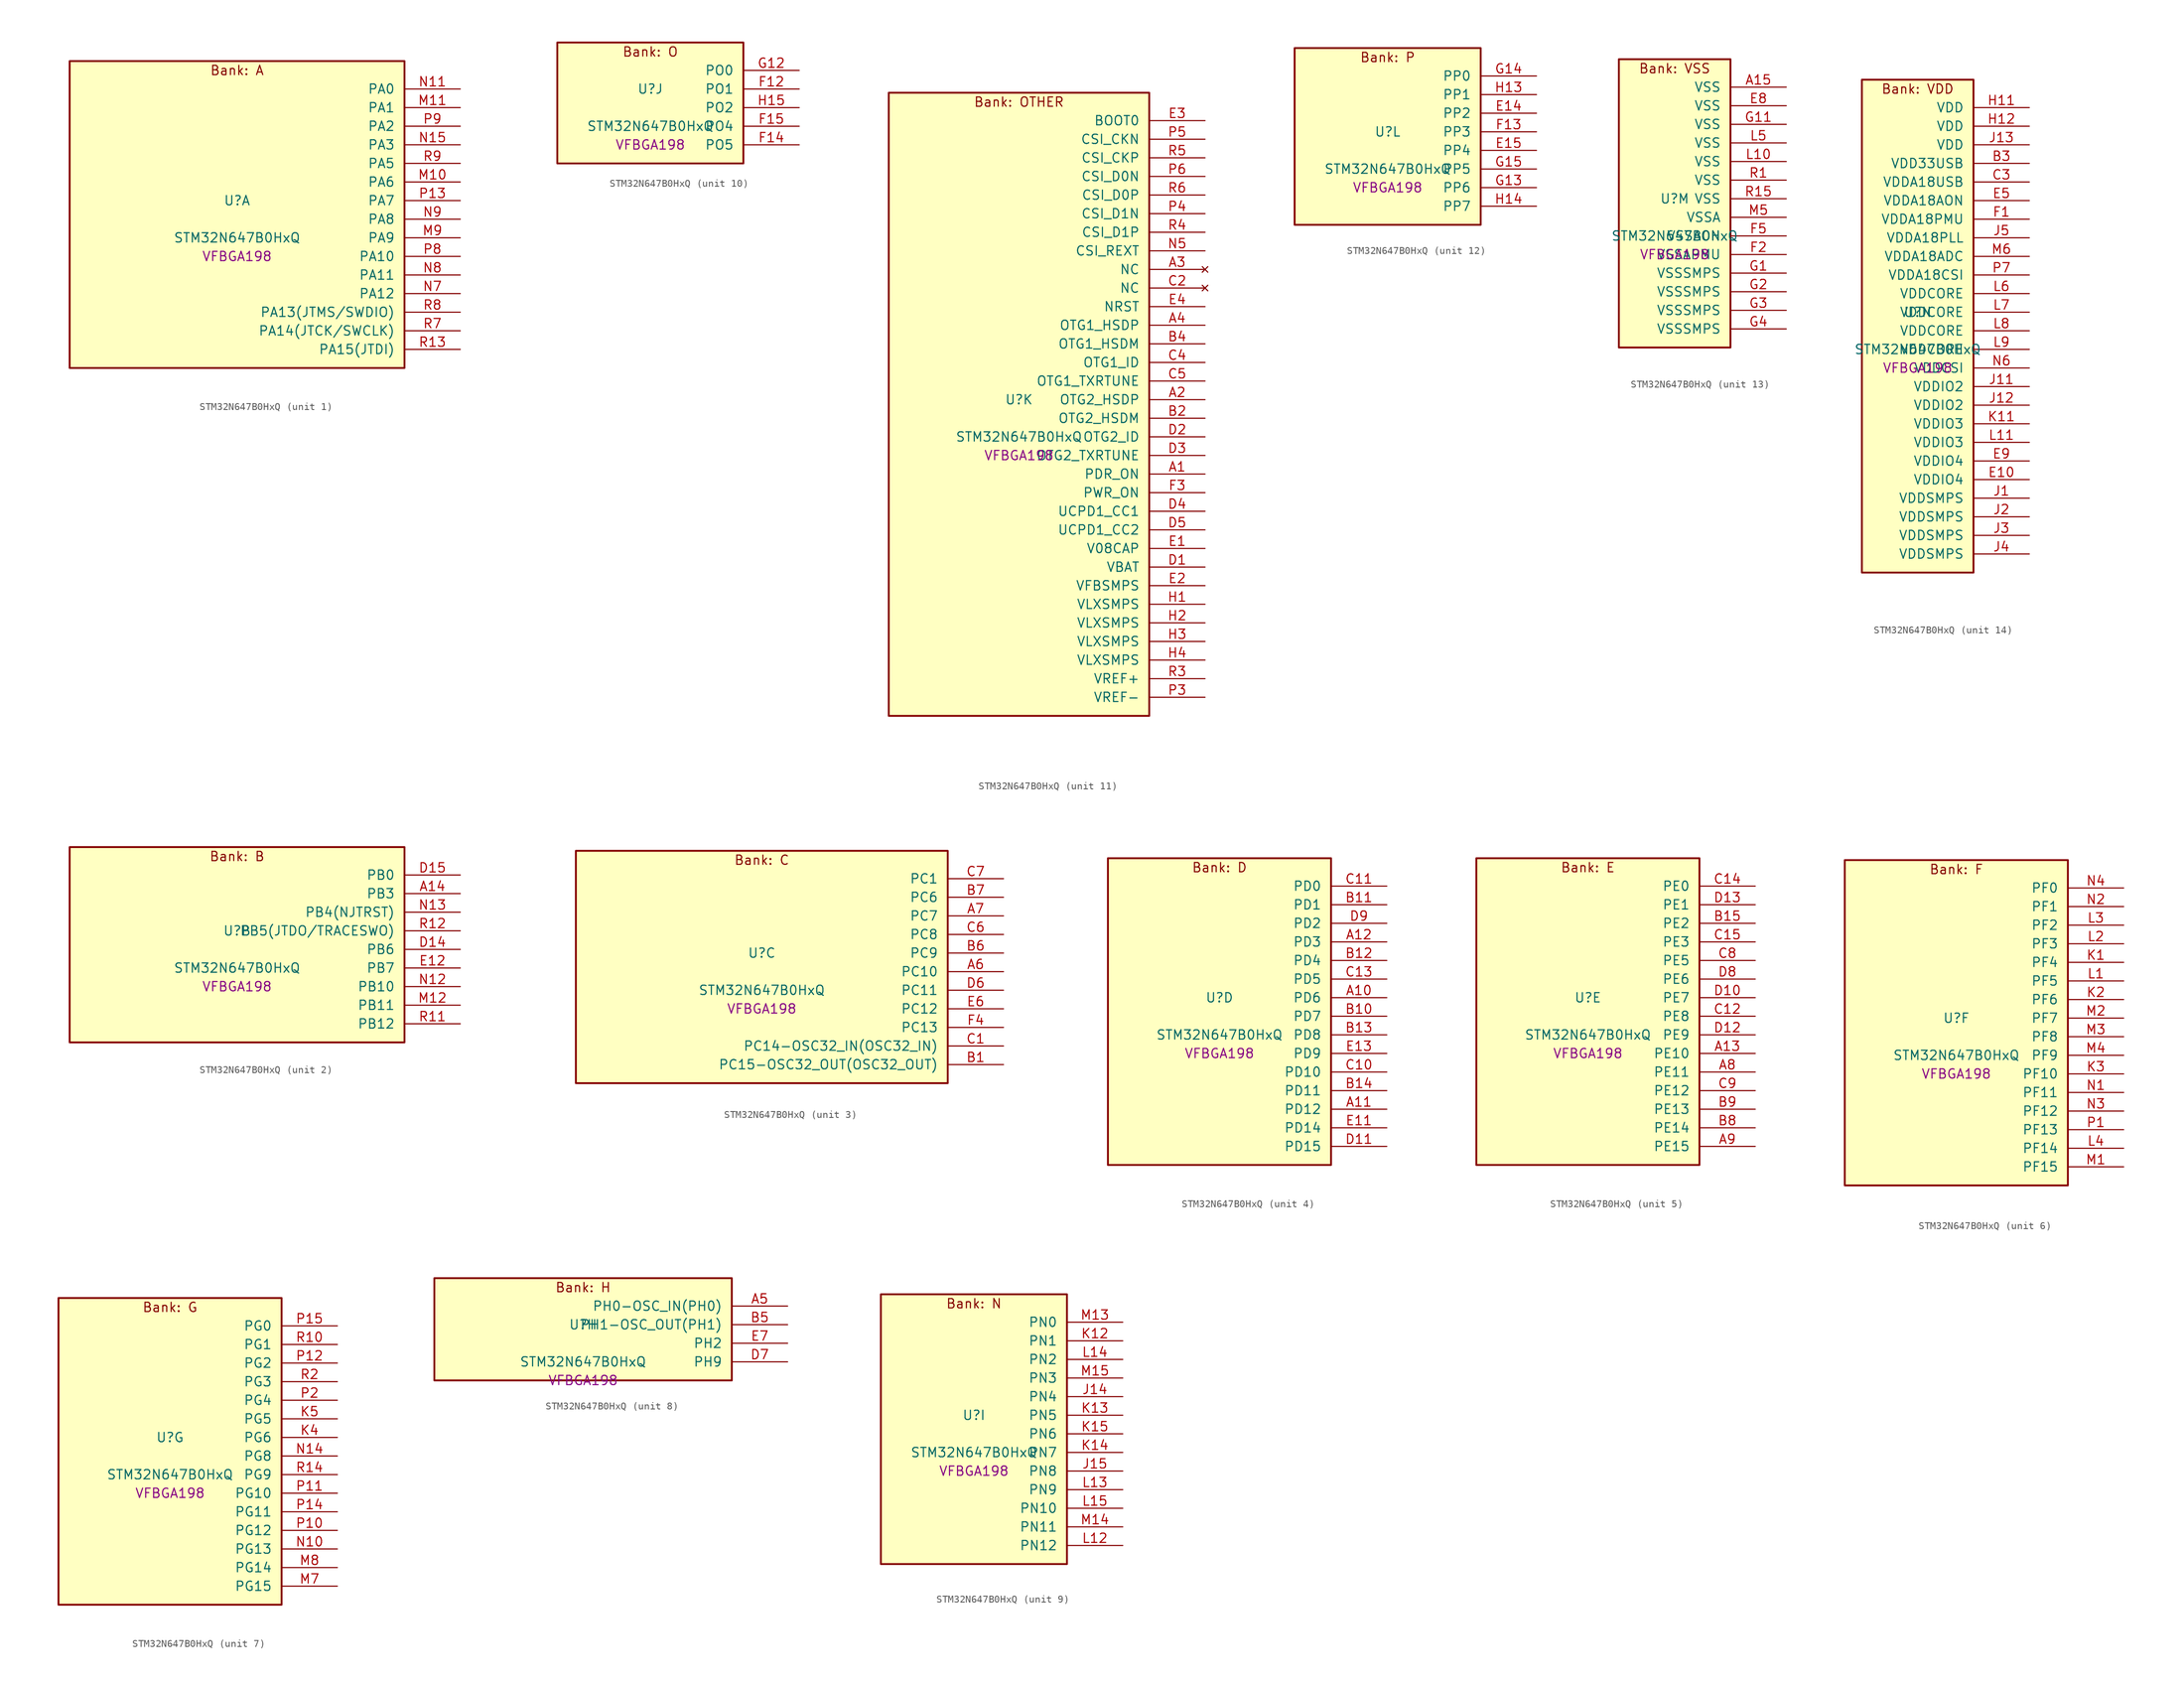
<source format=kicad_sym>
(kicad_symbol_lib
  (version 20241209)
  (generator "stm32_pkl_generator")
  (generator_version "1.0")
  (symbol "STM32N647B0HxQ"
    (pin_names
      (offset 1.27))
    (property "Reference" "U"
      (at 0 2.54 0))
    (property "Value" "STM32N647B0HxQ"
      (at 0 -2.54 0))
    (property "Footprint" "VFBGA198"
      (at 0 -5.08 0))
    (symbol "STM32N647B0HxQ_1_1"
      (rectangle (start -22.86 21.59) (end 22.86 -20.32) (stroke (width 0.254) (type solid)) (fill (type background)))
      (text "Bank: A" (at 0 20.32 0))
      (pin bidirectional line (at 30.48 17.78 180) (length 7.62) (name "PA0") (number "N11") (alternate "PA0/ADC1_INN1" bidirectional line) (alternate "PA0/ADC1_INP0" bidirectional line) (alternate "PA0/ADC2_INN1" bidirectional line) (alternate "PA0/ADC2_INP0" bidirectional line) (alternate "PA0/FMC_D7" bidirectional line) (alternate "PA0/FMC_DA7" bidirectional line) (alternate "PA0/HDP_HDP0" bidirectional line) (alternate "PA0/I2S6_WS" bidirectional line) (alternate "PA0/LTDC_G3" bidirectional line) (alternate "PA0/PWR_WKUP1" bidirectional line) (alternate "PA0/SAI2_SD_B" bidirectional line) (alternate "PA0/SPI6_NSS" bidirectional line) (alternate "PA0/TIM15_BKIN" bidirectional line) (alternate "PA0/TIM2_CH1" bidirectional line) (alternate "PA0/TIM5_CH1" bidirectional line) (alternate "PA0/TIM9_CH1" bidirectional line) (alternate "PA0/UART4_TX" bidirectional line) (alternate "PA0/USART2_CTS" bidirectional line) (alternate "PA0/USART2_NSS" bidirectional line))
      (pin bidirectional line (at 30.48 15.24 180) (length 7.62) (name "PA1") (number "M11") (alternate "PA1/ADC1_INP1" bidirectional line) (alternate "PA1/ADC2_INP1" bidirectional line) (alternate "PA1/DCMIPP_D0" bidirectional line) (alternate "PA1/DCMI_D0" bidirectional line) (alternate "PA1/FMC_D6" bidirectional line) (alternate "PA1/FMC_DA6" bidirectional line) (alternate "PA1/HDP_HDP1" bidirectional line) (alternate "PA1/LPTIM3_IN1" bidirectional line) (alternate "PA1/LTDC_G2" bidirectional line) (alternate "PA1/PSSI_D0" bidirectional line) (alternate "PA1/SAI2_MCLK_B" bidirectional line) (alternate "PA1/TIM15_CH1N" bidirectional line) (alternate "PA1/TIM2_CH2" bidirectional line) (alternate "PA1/TIM5_CH2" bidirectional line) (alternate "PA1/UART4_RX" bidirectional line) (alternate "PA1/USART2_RTS" bidirectional line))
      (pin bidirectional line (at 30.48 12.7 180) (length 7.62) (name "PA2") (number "P9") (alternate "PA2/ADC1_INP14" bidirectional line) (alternate "PA2/ADC2_INP14" bidirectional line) (alternate "PA2/FMC_D5" bidirectional line) (alternate "PA2/FMC_DA5" bidirectional line) (alternate "PA2/HDP_HDP2" bidirectional line) (alternate "PA2/LPTIM3_IN2" bidirectional line) (alternate "PA2/LTDC_B7" bidirectional line) (alternate "PA2/MDIOS_MDIO" bidirectional line) (alternate "PA2/PWR_WKUP2" bidirectional line) (alternate "PA2/SAI2_SCK_B" bidirectional line) (alternate "PA2/TIM15_CH1" bidirectional line) (alternate "PA2/TIM2_CH3" bidirectional line) (alternate "PA2/TIM5_CH3" bidirectional line) (alternate "PA2/USART2_TX" bidirectional line))
      (pin bidirectional line (at 30.48 10.16 180) (length 7.62) (name "PA3") (number "N15") (alternate "PA3/FMC_A17" bidirectional line) (alternate "PA3/FMC_ALE" bidirectional line) (alternate "PA3/SAI1_SD_B" bidirectional line) (alternate "PA3/SPI5_NSS" bidirectional line) (alternate "PA3/TIM16_CH1" bidirectional line) (alternate "PA3/UART7_RX" bidirectional line))
      (pin bidirectional line (at 30.48 7.62 180) (length 7.62) (name "PA5") (number "R9") (alternate "PA5/ADC2_INP18" bidirectional line) (alternate "PA5/DCMIPP_D8" bidirectional line) (alternate "PA5/DCMI_D8" bidirectional line) (alternate "PA5/FMC_NOE" bidirectional line) (alternate "PA5/HDP_HDP5" bidirectional line) (alternate "PA5/I2S1_CK" bidirectional line) (alternate "PA5/I2S6_CK" bidirectional line) (alternate "PA5/I3C1_SCL" bidirectional line) (alternate "PA5/LTDC_CLK" bidirectional line) (alternate "PA5/PSSI_D8" bidirectional line) (alternate "PA5/PWR_CSTOP" bidirectional line) (alternate "PA5/SPI1_SCK" bidirectional line) (alternate "PA5/SPI6_SCK" bidirectional line) (alternate "PA5/TIM10_CH1" bidirectional line) (alternate "PA5/TIM2_CH1" bidirectional line) (alternate "PA5/TIM2_ETR" bidirectional line) (alternate "PA5/TIM9_CH2" bidirectional line))
      (pin bidirectional line (at 30.48 5.08 180) (length 7.62) (name "PA6") (number "M10") (alternate "PA6/ADC1_INP3" bidirectional line) (alternate "PA6/ADC2_INP3" bidirectional line) (alternate "PA6/BOOT1" bidirectional line) (alternate "PA6/DCMIPP_PIXCLK" bidirectional line) (alternate "PA6/DCMI_PIXCLK" bidirectional line) (alternate "PA6/HDP_HDP6" bidirectional line) (alternate "PA6/I2S1_SDI" bidirectional line) (alternate "PA6/I2S6_SDI" bidirectional line) (alternate "PA6/I3C1_SDA" bidirectional line) (alternate "PA6/LPTIM3_ETR" bidirectional line) (alternate "PA6/LTDC_B7" bidirectional line) (alternate "PA6/LTDC_HSYNC" bidirectional line) (alternate "PA6/MDIOS_MDC" bidirectional line) (alternate "PA6/PSSI_PDCK" bidirectional line) (alternate "PA6/SPI1_MISO" bidirectional line) (alternate "PA6/SPI6_MISO" bidirectional line) (alternate "PA6/TIM13_CH1" bidirectional line) (alternate "PA6/TIM1_BKIN" bidirectional line) (alternate "PA6/TIM3_CH1" bidirectional line))
      (pin bidirectional line (at 30.48 2.54 180) (length 7.62) (name "PA7") (number "P13") (alternate "PA7/HDP_HDP7" bidirectional line) (alternate "PA7/I2S1_SDO" bidirectional line) (alternate "PA7/I2S6_SDO" bidirectional line) (alternate "PA7/LTDC_B1" bidirectional line) (alternate "PA7/LTDC_R4" bidirectional line) (alternate "PA7/SPI1_MOSI" bidirectional line) (alternate "PA7/SPI6_MOSI" bidirectional line) (alternate "PA7/TIM14_CH1" bidirectional line) (alternate "PA7/TIM1_CH1N" bidirectional line) (alternate "PA7/TIM3_CH2" bidirectional line) (alternate "PA7/USART1_RX" bidirectional line))
      (pin bidirectional line (at 30.48 0 180) (length 7.62) (name "PA8") (number "N9") (alternate "PA8/ADC1_INP5" bidirectional line) (alternate "PA8/ADC2_INP5" bidirectional line) (alternate "PA8/FMC_D4" bidirectional line) (alternate "PA8/FMC_DA4" bidirectional line) (alternate "PA8/HDP_HDP0" bidirectional line) (alternate "PA8/I2C3_SCL" bidirectional line) (alternate "PA8/I3C2_SCL" bidirectional line) (alternate "PA8/LTDC_B6" bidirectional line) (alternate "PA8/RCC_MCO_1" bidirectional line) (alternate "PA8/TIM11_CH1" bidirectional line) (alternate "PA8/TIM1_CH1" bidirectional line) (alternate "PA8/UART7_RX" bidirectional line) (alternate "PA8/USART1_CK" bidirectional line))
      (pin bidirectional line (at 30.48 -2.54 180) (length 7.62) (name "PA9") (number "M9") (alternate "PA9/ADC1_INP10" bidirectional line) (alternate "PA9/ADC2_INP10" bidirectional line) (alternate "PA9/DCMIPP_D0" bidirectional line) (alternate "PA9/DCMI_D0" bidirectional line) (alternate "PA9/FMC_D3" bidirectional line) (alternate "PA9/FMC_DA3" bidirectional line) (alternate "PA9/HDP_HDP1" bidirectional line) (alternate "PA9/I2C3_SDA" bidirectional line) (alternate "PA9/I2S2_CK" bidirectional line) (alternate "PA9/I3C2_SDA" bidirectional line) (alternate "PA9/LPUART1_TX" bidirectional line) (alternate "PA9/LTDC_B5" bidirectional line) (alternate "PA9/PSSI_D0" bidirectional line) (alternate "PA9/SPI2_SCK" bidirectional line) (alternate "PA9/TIM1_CH2" bidirectional line) (alternate "PA9/USART1_TX" bidirectional line))
      (pin bidirectional line (at 30.48 -5.08 180) (length 7.62) (name "PA10") (number "P8") (alternate "PA10/ADC1_INN10" bidirectional line) (alternate "PA10/ADC1_INP11" bidirectional line) (alternate "PA10/ADC2_INN10" bidirectional line) (alternate "PA10/ADC2_INP11" bidirectional line) (alternate "PA10/DCMIPP_D1" bidirectional line) (alternate "PA10/DCMI_D1" bidirectional line) (alternate "PA10/FMC_D2" bidirectional line) (alternate "PA10/FMC_DA2" bidirectional line) (alternate "PA10/HDP_HDP2" bidirectional line) (alternate "PA10/LPUART1_RX" bidirectional line) (alternate "PA10/LTDC_B4" bidirectional line) (alternate "PA10/MDIOS_MDIO" bidirectional line) (alternate "PA10/PSSI_D1" bidirectional line) (alternate "PA10/PWR_CSLEEP" bidirectional line) (alternate "PA10/TIM1_CH3" bidirectional line) (alternate "PA10/USART1_RX" bidirectional line))
      (pin bidirectional line (at 30.48 -7.62 180) (length 7.62) (name "PA11") (number "N8") (alternate "PA11/ADC1_EXTI11" bidirectional line) (alternate "PA11/ADC1_INN11" bidirectional line) (alternate "PA11/ADC1_INP12" bidirectional line) (alternate "PA11/ADC2_EXTI11" bidirectional line) (alternate "PA11/ADC2_INN11" bidirectional line) (alternate "PA11/ADC2_INP12" bidirectional line) (alternate "PA11/FDCAN1_RX" bidirectional line) (alternate "PA11/FMC_D1" bidirectional line) (alternate "PA11/FMC_DA1" bidirectional line) (alternate "PA11/HDP_HDP3" bidirectional line) (alternate "PA11/I2S2_WS" bidirectional line) (alternate "PA11/LPUART1_CTS" bidirectional line) (alternate "PA11/LTDC_B3" bidirectional line) (alternate "PA11/SPI2_NSS" bidirectional line) (alternate "PA11/TIM1_CH4" bidirectional line) (alternate "PA11/UART4_RX" bidirectional line) (alternate "PA11/USART1_CTS" bidirectional line) (alternate "PA11/USART1_NSS" bidirectional line))
      (pin bidirectional line (at 30.48 -10.16 180) (length 7.62) (name "PA12") (number "N7") (alternate "PA12/ADC1_INN12" bidirectional line) (alternate "PA12/ADC1_INP13" bidirectional line) (alternate "PA12/ADC2_INN12" bidirectional line) (alternate "PA12/ADC2_INP13" bidirectional line) (alternate "PA12/FDCAN1_TX" bidirectional line) (alternate "PA12/FMC_D0" bidirectional line) (alternate "PA12/FMC_DA0" bidirectional line) (alternate "PA12/HDP_HDP4" bidirectional line) (alternate "PA12/I2S2_CK" bidirectional line) (alternate "PA12/LPUART1_RTS" bidirectional line) (alternate "PA12/LTDC_B2" bidirectional line) (alternate "PA12/SAI2_FS_B" bidirectional line) (alternate "PA12/SPI2_SCK" bidirectional line) (alternate "PA12/TIM1_ETR" bidirectional line) (alternate "PA12/UART4_TX" bidirectional line) (alternate "PA12/USART1_RTS" bidirectional line))
      (pin bidirectional line (at 30.48 -12.7 180) (length 7.62) (name "PA13(JTMS/SWDIO)") (number "R8") (alternate "PA13(JTMS/SWDIO)/DEBUG_JTMS-SWDIO" bidirectional line) (alternate "PA13(JTMS/SWDIO)/HDP_HDP5" bidirectional line))
      (pin bidirectional line (at 30.48 -15.24 180) (length 7.62) (name "PA14(JTCK/SWCLK)") (number "R7") (alternate "PA14(JTCK/SWCLK)/DEBUG_JTCK-SWCLK" bidirectional line) (alternate "PA14(JTCK/SWCLK)/HDP_HDP6" bidirectional line))
      (pin bidirectional line (at 30.48 -17.78 180) (length 7.62) (name "PA15(JTDI)") (number "R13") (alternate "PA15(JTDI)/ADC1_EXTI15" bidirectional line) (alternate "PA15(JTDI)/ADC2_EXTI15" bidirectional line) (alternate "PA15(JTDI)/DEBUG_JTDI" bidirectional line) (alternate "PA15(JTDI)/FMC_D15" bidirectional line) (alternate "PA15(JTDI)/FMC_DA15" bidirectional line) (alternate "PA15(JTDI)/HDP_HDP7" bidirectional line) (alternate "PA15(JTDI)/I2S1_WS" bidirectional line) (alternate "PA15(JTDI)/I2S3_WS" bidirectional line) (alternate "PA15(JTDI)/I2S6_WS" bidirectional line) (alternate "PA15(JTDI)/LTDC_R5" bidirectional line) (alternate "PA15(JTDI)/SPI1_NSS" bidirectional line) (alternate "PA15(JTDI)/SPI3_NSS" bidirectional line) (alternate "PA15(JTDI)/SPI6_NSS" bidirectional line) (alternate "PA15(JTDI)/TIM2_CH1" bidirectional line) (alternate "PA15(JTDI)/TIM2_ETR" bidirectional line) (alternate "PA15(JTDI)/UART4_DE" bidirectional line) (alternate "PA15(JTDI)/UART4_RTS" bidirectional line) (alternate "PA15(JTDI)/UART7_TX" bidirectional line)))
    (symbol "STM32N647B0HxQ_2_1"
      (rectangle (start -22.86 13.97) (end 22.86 -12.7) (stroke (width 0.254) (type solid)) (fill (type background)))
      (text "Bank: B" (at 0 12.7 0))
      (pin bidirectional line (at 30.48 10.16 180) (length 7.62) (name "PB0") (number "D15") (alternate "PB0/ADF1_SDI0" bidirectional line) (alternate "PB0/DCMIPP_D4" bidirectional line) (alternate "PB0/DCMI_D4" bidirectional line) (alternate "PB0/DEBUG_TRACED1" bidirectional line) (alternate "PB0/FMC_D13" bidirectional line) (alternate "PB0/FMC_DA13" bidirectional line) (alternate "PB0/MDF1_SDI2" bidirectional line) (alternate "PB0/PSSI_D4" bidirectional line) (alternate "PB0/SAI1_D2" bidirectional line) (alternate "PB0/SAI1_FS_A" bidirectional line) (alternate "PB0/SPI4_NSS" bidirectional line) (alternate "PB0/TIM15_CH1N" bidirectional line) (alternate "PB0/TIM1_CH4" bidirectional line))
      (pin bidirectional line (at 30.48 7.62 180) (length 7.62) (name "PB3") (number "A14") (alternate "PB3/DEBUG_JTDO-SWO" bidirectional line) (alternate "PB3/DEBUG_TRACECLK" bidirectional line) (alternate "PB3/FMC_A23" bidirectional line) (alternate "PB3/FMC_NBL1" bidirectional line) (alternate "PB3/GFXTIM_FCKCAL" bidirectional line) (alternate "PB3/GFXTIM_LCKCAL" bidirectional line) (alternate "PB3/HDP_HDP0" bidirectional line) (alternate "PB3/MDF1_CKI1" bidirectional line) (alternate "PB3/SAI2_FS_B" bidirectional line) (alternate "PB3/TIM1_CH4N" bidirectional line) (alternate "PB3/USART1_CK" bidirectional line))
      (pin bidirectional line (at 30.48 5.08 180) (length 7.62) (name "PB4(NJTRST)") (number "N13") (alternate "PB4(NJTRST)/DCMIPP_VSYNC" bidirectional line) (alternate "PB4(NJTRST)/DCMI_VSYNC" bidirectional line) (alternate "PB4(NJTRST)/DEBUG_NJTRST" bidirectional line) (alternate "PB4(NJTRST)/FMC_D13" bidirectional line) (alternate "PB4(NJTRST)/FMC_DA13" bidirectional line) (alternate "PB4(NJTRST)/HDP_HDP4" bidirectional line) (alternate "PB4(NJTRST)/I2S1_SDI" bidirectional line) (alternate "PB4(NJTRST)/I2S2_WS" bidirectional line) (alternate "PB4(NJTRST)/I2S3_SDI" bidirectional line) (alternate "PB4(NJTRST)/I2S6_SDI" bidirectional line) (alternate "PB4(NJTRST)/LTDC_R3" bidirectional line) (alternate "PB4(NJTRST)/PSSI_RDY" bidirectional line) (alternate "PB4(NJTRST)/SPI1_MISO" bidirectional line) (alternate "PB4(NJTRST)/SPI2_NSS" bidirectional line) (alternate "PB4(NJTRST)/SPI3_MISO" bidirectional line) (alternate "PB4(NJTRST)/SPI6_MISO" bidirectional line) (alternate "PB4(NJTRST)/TIM16_BKIN" bidirectional line) (alternate "PB4(NJTRST)/TIM3_CH1" bidirectional line) (alternate "PB4(NJTRST)/UART7_TX" bidirectional line))
      (pin bidirectional line (at 30.48 2.54 180) (length 7.62) (name "PB5(JTDO/TRACESWO)") (number "R12") (alternate "PB5(JTDO/TRACESWO)/DCMIPP_D10" bidirectional line) (alternate "PB5(JTDO/TRACESWO)/DCMI_D10" bidirectional line) (alternate "PB5(JTDO/TRACESWO)/DEBUG_JTDO-SWO" bidirectional line) (alternate "PB5(JTDO/TRACESWO)/FDCAN2_RX" bidirectional line) (alternate "PB5(JTDO/TRACESWO)/FMC_D12" bidirectional line) (alternate "PB5(JTDO/TRACESWO)/FMC_DA12" bidirectional line) (alternate "PB5(JTDO/TRACESWO)/HDP_HDP5" bidirectional line) (alternate "PB5(JTDO/TRACESWO)/I2C1_SMBA" bidirectional line) (alternate "PB5(JTDO/TRACESWO)/I2S1_SDO" bidirectional line) (alternate "PB5(JTDO/TRACESWO)/I2S3_SDO" bidirectional line) (alternate "PB5(JTDO/TRACESWO)/I2S6_SDO" bidirectional line) (alternate "PB5(JTDO/TRACESWO)/LTDC_R2" bidirectional line) (alternate "PB5(JTDO/TRACESWO)/PSSI_D10" bidirectional line) (alternate "PB5(JTDO/TRACESWO)/SPI1_MOSI" bidirectional line) (alternate "PB5(JTDO/TRACESWO)/SPI3_MOSI" bidirectional line) (alternate "PB5(JTDO/TRACESWO)/SPI6_MOSI" bidirectional line) (alternate "PB5(JTDO/TRACESWO)/TIM17_BKIN" bidirectional line) (alternate "PB5(JTDO/TRACESWO)/TIM3_CH2" bidirectional line) (alternate "PB5(JTDO/TRACESWO)/UART5_RX" bidirectional line))
      (pin bidirectional line (at 30.48 0 180) (length 7.62) (name "PB6") (number "D14") (alternate "PB6/ADF1_CCK1" bidirectional line) (alternate "PB6/DCMIPP_D6" bidirectional line) (alternate "PB6/DCMI_D6" bidirectional line) (alternate "PB6/DEBUG_TRACED2" bidirectional line) (alternate "PB6/FMC_D14" bidirectional line) (alternate "PB6/FMC_DA14" bidirectional line) (alternate "PB6/MDF1_CCK1" bidirectional line) (alternate "PB6/PSSI_D6" bidirectional line) (alternate "PB6/SAI1_CK2" bidirectional line) (alternate "PB6/SAI1_SCK_A" bidirectional line) (alternate "PB6/SPI4_MISO" bidirectional line) (alternate "PB6/TIM15_CH1" bidirectional line))
      (pin bidirectional line (at 30.48 -2.54 180) (length 7.62) (name "PB7") (number "E12") (alternate "PB7/ADF1_SDI0" bidirectional line) (alternate "PB7/DCMIPP_D7" bidirectional line) (alternate "PB7/DCMI_D7" bidirectional line) (alternate "PB7/DEBUG_TRACED3" bidirectional line) (alternate "PB7/FMC_D15" bidirectional line) (alternate "PB7/FMC_DA15" bidirectional line) (alternate "PB7/MDF1_SDI1" bidirectional line) (alternate "PB7/PSSI_D7" bidirectional line) (alternate "PB7/SAI1_D1" bidirectional line) (alternate "PB7/SAI1_SD_A" bidirectional line) (alternate "PB7/SAI2_MCLK_B" bidirectional line) (alternate "PB7/SPI4_MOSI" bidirectional line) (alternate "PB7/TIM15_CH2" bidirectional line) (alternate "PB7/TIM1_BKIN2" bidirectional line))
      (pin bidirectional line (at 30.48 -5.08 180) (length 7.62) (name "PB10") (number "N12") (alternate "PB10/ADC1_INN4" bidirectional line) (alternate "PB10/ADC1_INP8" bidirectional line) (alternate "PB10/ADC2_INN4" bidirectional line) (alternate "PB10/ADC2_INP8" bidirectional line) (alternate "PB10/FMC_D11" bidirectional line) (alternate "PB10/FMC_DA11" bidirectional line) (alternate "PB10/HDP_HDP2" bidirectional line) (alternate "PB10/I2C2_SCL" bidirectional line) (alternate "PB10/I2S2_CK" bidirectional line) (alternate "PB10/I3C2_SCL" bidirectional line) (alternate "PB10/LPTIM2_IN1" bidirectional line) (alternate "PB10/LTDC_G7" bidirectional line) (alternate "PB10/SPI2_SCK" bidirectional line) (alternate "PB10/TIM2_CH3" bidirectional line) (alternate "PB10/USART3_TX" bidirectional line))
      (pin bidirectional line (at 30.48 -7.62 180) (length 7.62) (name "PB11") (number "M12") (alternate "PB11/ADC1_EXTI11" bidirectional line) (alternate "PB11/ADC1_INP4" bidirectional line) (alternate "PB11/ADC2_EXTI11" bidirectional line) (alternate "PB11/ADC2_INP4" bidirectional line) (alternate "PB11/FMC_D10" bidirectional line) (alternate "PB11/FMC_DA10" bidirectional line) (alternate "PB11/HDP_HDP3" bidirectional line) (alternate "PB11/I2C2_SDA" bidirectional line) (alternate "PB11/I3C2_SDA" bidirectional line) (alternate "PB11/LPTIM2_ETR" bidirectional line) (alternate "PB11/LTDC_G6" bidirectional line) (alternate "PB11/TIM2_CH4" bidirectional line) (alternate "PB11/USART3_RX" bidirectional line))
      (pin bidirectional line (at 30.48 -10.16 180) (length 7.62) (name "PB12") (number "R11") (alternate "PB12/FDCAN2_RX" bidirectional line) (alternate "PB12/FMC_D9" bidirectional line) (alternate "PB12/FMC_DA9" bidirectional line) (alternate "PB12/HDP_HDP4" bidirectional line) (alternate "PB12/I2C2_SMBA" bidirectional line) (alternate "PB12/I2S2_WS" bidirectional line) (alternate "PB12/LPTIM2_IN2" bidirectional line) (alternate "PB12/LTDC_G5" bidirectional line) (alternate "PB12/SPI2_NSS" bidirectional line) (alternate "PB12/TIM1_BKIN" bidirectional line) (alternate "PB12/UART5_RX" bidirectional line) (alternate "PB12/USART3_CK" bidirectional line)))
    (symbol "STM32N647B0HxQ_3_1"
      (rectangle (start -25.4 16.51) (end 25.4 -15.24) (stroke (width 0.254) (type solid)) (fill (type background)))
      (text "Bank: C" (at 0 15.24 0))
      (pin bidirectional line (at 33.02 12.7 180) (length 7.62) (name "PC1") (number "C7") (alternate "PC1/DCMIPP_D7" bidirectional line) (alternate "PC1/DCMI_D7" bidirectional line) (alternate "PC1/FDCAN1_TX" bidirectional line) (alternate "PC1/HDP_HDP1" bidirectional line) (alternate "PC1/I2C1_SDA" bidirectional line) (alternate "PC1/I2S2_WS" bidirectional line) (alternate "PC1/I3C1_SDA" bidirectional line) (alternate "PC1/PSSI_D7" bidirectional line) (alternate "PC1/SDMMC1_CDIR" bidirectional line) (alternate "PC1/SDMMC1_D5" bidirectional line) (alternate "PC1/SPI2_NSS" bidirectional line) (alternate "PC1/TIM17_CH1" bidirectional line) (alternate "PC1/TIM4_CH4" bidirectional line) (alternate "PC1/UART4_TX" bidirectional line))
      (pin bidirectional line (at 33.02 10.16 180) (length 7.62) (name "PC6") (number "B7") (alternate "PC6/DCMIPP_D1" bidirectional line) (alternate "PC6/DCMI_D1" bidirectional line) (alternate "PC6/HDP_HDP6" bidirectional line) (alternate "PC6/I2S2_MCK" bidirectional line) (alternate "PC6/PSSI_D1" bidirectional line) (alternate "PC6/SDMMC1_D0DIR" bidirectional line) (alternate "PC6/SDMMC1_D6" bidirectional line) (alternate "PC6/TIM1_CH1" bidirectional line) (alternate "PC6/TIM3_CH1" bidirectional line) (alternate "PC6/TIM9_CH1" bidirectional line) (alternate "PC6/USART6_TX" bidirectional line))
      (pin bidirectional line (at 33.02 7.62 180) (length 7.62) (name "PC7") (number "A7") (alternate "PC7/DCMIPP_D1" bidirectional line) (alternate "PC7/DCMI_D1" bidirectional line) (alternate "PC7/DEBUG_TRGIO" bidirectional line) (alternate "PC7/HDP_HDP7" bidirectional line) (alternate "PC7/I2S3_MCK" bidirectional line) (alternate "PC7/PSSI_D1" bidirectional line) (alternate "PC7/SDMMC1_D123DIR" bidirectional line) (alternate "PC7/SDMMC1_D7" bidirectional line) (alternate "PC7/TIM16_CH1N" bidirectional line) (alternate "PC7/TIM3_CH2" bidirectional line) (alternate "PC7/TIM9_CH2" bidirectional line) (alternate "PC7/USART6_RX" bidirectional line))
      (pin bidirectional line (at 33.02 5.08 180) (length 7.62) (name "PC8") (number "C6") (alternate "PC8/DCMIPP_D2" bidirectional line) (alternate "PC8/DCMI_D2" bidirectional line) (alternate "PC8/DEBUG_TRACED1" bidirectional line) (alternate "PC8/FMC_NE4" bidirectional line) (alternate "PC8/HDP_HDP0" bidirectional line) (alternate "PC8/I2C3_SMBA" bidirectional line) (alternate "PC8/LTDC_B0" bidirectional line) (alternate "PC8/PSSI_D2" bidirectional line) (alternate "PC8/SDMMC1_D0" bidirectional line) (alternate "PC8/TIM3_CH3" bidirectional line) (alternate "PC8/UART5_DE" bidirectional line) (alternate "PC8/UART5_RTS" bidirectional line) (alternate "PC8/UCPD1_FRSTX1" bidirectional line) (alternate "PC8/USART6_CK" bidirectional line))
      (pin bidirectional line (at 33.02 2.54 180) (length 7.62) (name "PC9") (number "B6") (alternate "PC9/AUDIOCLK" bidirectional line) (alternate "PC9/DCMIPP_D3" bidirectional line) (alternate "PC9/DCMI_D3" bidirectional line) (alternate "PC9/HDP_HDP1" bidirectional line) (alternate "PC9/I2C3_SDA" bidirectional line) (alternate "PC9/LTDC_B3" bidirectional line) (alternate "PC9/PSSI_D3" bidirectional line) (alternate "PC9/RCC_MCO_2" bidirectional line) (alternate "PC9/SDMMC1_D1" bidirectional line) (alternate "PC9/TIM3_CH4" bidirectional line) (alternate "PC9/UART5_CTS" bidirectional line) (alternate "PC9/UCPD1_FRSTX2" bidirectional line) (alternate "PC9/USART6_RX" bidirectional line))
      (pin bidirectional line (at 33.02 0 180) (length 7.62) (name "PC10") (number "A6") (alternate "PC10/DCMIPP_D14" bidirectional line) (alternate "PC10/FMC_CLK" bidirectional line) (alternate "PC10/HDP_HDP2" bidirectional line) (alternate "PC10/I2C4_SCL" bidirectional line) (alternate "PC10/I2S3_CK" bidirectional line) (alternate "PC10/I3C2_SCL" bidirectional line) (alternate "PC10/PSSI_D14" bidirectional line) (alternate "PC10/SDMMC1_D2" bidirectional line) (alternate "PC10/SPI3_SCK" bidirectional line) (alternate "PC10/TIM1_BKIN" bidirectional line) (alternate "PC10/UART4_TX" bidirectional line) (alternate "PC10/USART3_TX" bidirectional line))
      (pin bidirectional line (at 33.02 -2.54 180) (length 7.62) (name "PC11") (number "D6") (alternate "PC11/ADC1_EXTI11" bidirectional line) (alternate "PC11/ADC2_EXTI11" bidirectional line) (alternate "PC11/DCMIPP_D4" bidirectional line) (alternate "PC11/DCMI_D4" bidirectional line) (alternate "PC11/HDP_HDP3" bidirectional line) (alternate "PC11/I2C4_SDA" bidirectional line) (alternate "PC11/I2S3_SDI" bidirectional line) (alternate "PC11/I3C2_SDA" bidirectional line) (alternate "PC11/PSSI_D4" bidirectional line) (alternate "PC11/SDMMC1_D3" bidirectional line) (alternate "PC11/SPI3_MISO" bidirectional line) (alternate "PC11/UART4_RX" bidirectional line) (alternate "PC11/USART3_RX" bidirectional line))
      (pin bidirectional line (at 33.02 -5.08 180) (length 7.62) (name "PC12") (number "E6") (alternate "PC12/DCMIPP_D9" bidirectional line) (alternate "PC12/DCMI_D9" bidirectional line) (alternate "PC12/DEBUG_TRACED3" bidirectional line) (alternate "PC12/FMC_NL" bidirectional line) (alternate "PC12/HDP_HDP4" bidirectional line) (alternate "PC12/I2S3_SDO" bidirectional line) (alternate "PC12/I2S6_CK" bidirectional line) (alternate "PC12/PSSI_D9" bidirectional line) (alternate "PC12/SDMMC1_CK" bidirectional line) (alternate "PC12/SPI3_MOSI" bidirectional line) (alternate "PC12/SPI6_SCK" bidirectional line) (alternate "PC12/TIM15_CH1" bidirectional line) (alternate "PC12/TIM1_CH4" bidirectional line) (alternate "PC12/UART5_TX" bidirectional line) (alternate "PC12/USART3_CK" bidirectional line))
      (pin bidirectional line (at 33.02 -7.62 180) (length 7.62) (name "PC13") (number "F4") (alternate "PC13/HDP_HDP5" bidirectional line) (alternate "PC13/PWR_WKUP3" bidirectional line) (alternate "PC13/RTC_OUT1" bidirectional line) (alternate "PC13/RTC_TS" bidirectional line) (alternate "PC13/TAMP_IN1" bidirectional line) (alternate "PC13/TAMP_OUT2" bidirectional line))
      (pin bidirectional line (at 33.02 -10.16 180) (length 7.62) (name "PC14-OSC32_IN(OSC32_IN)") (number "C1") (alternate "PC14-OSC32_IN(OSC32_IN)/RCC_OSC32_IN" bidirectional line))
      (pin bidirectional line (at 33.02 -12.7 180) (length 7.62) (name "PC15-OSC32_OUT(OSC32_OUT)") (number "B1") (alternate "PC15-OSC32_OUT(OSC32_OUT)/ADC1_EXTI15" bidirectional line) (alternate "PC15-OSC32_OUT(OSC32_OUT)/ADC2_EXTI15" bidirectional line) (alternate "PC15-OSC32_OUT(OSC32_OUT)/RCC_OSC32_OUT" bidirectional line)))
    (symbol "STM32N647B0HxQ_4_1"
      (rectangle (start -15.24 21.59) (end 15.24 -20.32) (stroke (width 0.254) (type solid)) (fill (type background)))
      (text "Bank: D" (at 0 20.32 0))
      (pin bidirectional line (at 22.86 17.78 180) (length 7.62) (name "PD0") (number "C11") (alternate "PD0/DCMIPP_HSYNC" bidirectional line) (alternate "PD0/DCMI_HSYNC" bidirectional line) (alternate "PD0/FDCAN1_RX" bidirectional line) (alternate "PD0/FMC_A6" bidirectional line) (alternate "PD0/FMC_A22" bidirectional line) (alternate "PD0/PSSI_DE" bidirectional line) (alternate "PD0/TIM1_ETR" bidirectional line) (alternate "PD0/UART4_RX" bidirectional line) (alternate "PD0/UART9_CTS" bidirectional line))
      (pin bidirectional line (at 22.86 15.24 180) (length 7.62) (name "PD1") (number "B11") (alternate "PD1/ETH1_MDC" bidirectional line) (alternate "PD1/FDCAN1_TX" bidirectional line) (alternate "PD1/FMC_A7" bidirectional line) (alternate "PD1/FMC_A23" bidirectional line) (alternate "PD1/UART4_TX" bidirectional line))
      (pin bidirectional line (at 22.86 12.7 180) (length 7.62) (name "PD2") (number "D9") (alternate "PD2/ADF1_SDI0" bidirectional line) (alternate "PD2/DEBUG_TRACED0" bidirectional line) (alternate "PD2/FMC_A0" bidirectional line) (alternate "PD2/FMC_A16" bidirectional line) (alternate "PD2/FMC_CLE" bidirectional line) (alternate "PD2/HDP_HDP1" bidirectional line) (alternate "PD2/I2S2_SDO" bidirectional line) (alternate "PD2/MDF1_SDI1" bidirectional line) (alternate "PD2/MDIOS_MDC" bidirectional line) (alternate "PD2/PWR_WKUP4" bidirectional line) (alternate "PD2/SAI1_D1" bidirectional line) (alternate "PD2/SAI1_SD_A" bidirectional line) (alternate "PD2/SPI2_MOSI" bidirectional line) (alternate "PD2/TIM15_CH1N" bidirectional line) (alternate "PD2/TIM1_CH3" bidirectional line))
      (pin bidirectional line (at 22.86 10.16 180) (length 7.62) (name "PD3") (number "A12") (alternate "PD3/DCMIPP_D14" bidirectional line) (alternate "PD3/ETH1_PHY_INTN" bidirectional line) (alternate "PD3/FMC_A10" bidirectional line) (alternate "PD3/I2C2_SMBA" bidirectional line) (alternate "PD3/PSSI_D14" bidirectional line) (alternate "PD3/USART6_CTS" bidirectional line))
      (pin bidirectional line (at 22.86 7.62 180) (length 7.62) (name "PD4") (number "B12") (alternate "PD4/DCMIPP_D9" bidirectional line) (alternate "PD4/DCMI_D9" bidirectional line) (alternate "PD4/FMC_A11" bidirectional line) (alternate "PD4/I2C2_SDA" bidirectional line) (alternate "PD4/PSSI_D9" bidirectional line) (alternate "PD4/SPI5_MISO" bidirectional line) (alternate "PD4/TAMP_IN7" bidirectional line) (alternate "PD4/TAMP_OUT8" bidirectional line) (alternate "PD4/TIM1_BKIN2" bidirectional line) (alternate "PD4/USART6_RTS" bidirectional line))
      (pin bidirectional line (at 22.86 5.08 180) (length 7.62) (name "PD5") (number "C13") (alternate "PD5/DCMIPP_PIXCLK" bidirectional line) (alternate "PD5/DCMI_PIXCLK" bidirectional line) (alternate "PD5/FMC_D6" bidirectional line) (alternate "PD5/FMC_DA6" bidirectional line) (alternate "PD5/PSSI_PDCK" bidirectional line) (alternate "PD5/TIM1_CH4N" bidirectional line) (alternate "PD5/USART2_TX" bidirectional line))
      (pin bidirectional line (at 22.86 2.54 180) (length 7.62) (name "PD6") (number "A10") (alternate "PD6/FMC_A1" bidirectional line) (alternate "PD6/FMC_A17" bidirectional line) (alternate "PD6/FMC_ALE" bidirectional line) (alternate "PD6/HDP_HDP2" bidirectional line) (alternate "PD6/I2S2_SDI" bidirectional line) (alternate "PD6/SPI2_MISO" bidirectional line) (alternate "PD6/TIM15_CH2" bidirectional line) (alternate "PD6/TIM1_CH1" bidirectional line))
      (pin bidirectional line (at 22.86 0 180) (length 7.62) (name "PD7") (number "B10") (alternate "PD7/DCMIPP_D0" bidirectional line) (alternate "PD7/DCMI_D0" bidirectional line) (alternate "PD7/FMC_A2" bidirectional line) (alternate "PD7/FMC_A18" bidirectional line) (alternate "PD7/HDP_HDP3" bidirectional line) (alternate "PD7/I2S2_SDO" bidirectional line) (alternate "PD7/I2S3_WS" bidirectional line) (alternate "PD7/PSSI_D0" bidirectional line) (alternate "PD7/SPI2_MOSI" bidirectional line) (alternate "PD7/SPI3_NSS" bidirectional line) (alternate "PD7/TIM15_CH1N" bidirectional line) (alternate "PD7/TIM1_CH2" bidirectional line))
      (pin bidirectional line (at 22.86 -2.54 180) (length 7.62) (name "PD8") (number "B13") (alternate "PD8/DCMIPP_D11" bidirectional line) (alternate "PD8/DCMI_D11" bidirectional line) (alternate "PD8/FMC_NBL0" bidirectional line) (alternate "PD8/LTDC_R7" bidirectional line) (alternate "PD8/PSSI_D11" bidirectional line) (alternate "PD8/TAMP_IN3" bidirectional line) (alternate "PD8/TAMP_OUT4" bidirectional line) (alternate "PD8/USART3_TX" bidirectional line))
      (pin bidirectional line (at 22.86 -5.08 180) (length 7.62) (name "PD9") (number "E13") (alternate "PD9/DCMIPP_D11" bidirectional line) (alternate "PD9/DCMI_D11" bidirectional line) (alternate "PD9/FMC_SDCLK" bidirectional line) (alternate "PD9/LTDC_R1" bidirectional line) (alternate "PD9/PSSI_D11" bidirectional line) (alternate "PD9/TAMP_IN5" bidirectional line) (alternate "PD9/TAMP_OUT6" bidirectional line) (alternate "PD9/USART3_RX" bidirectional line))
      (pin bidirectional line (at 22.86 -7.62 180) (length 7.62) (name "PD10") (number "C10") (alternate "PD10/DEBUG_TRACECLK" bidirectional line) (alternate "PD10/FMC_A3" bidirectional line) (alternate "PD10/FMC_A19" bidirectional line) (alternate "PD10/GFXTIM_TE" bidirectional line) (alternate "PD10/HDP_HDP4" bidirectional line) (alternate "PD10/I2S1_MCK" bidirectional line) (alternate "PD10/MDF1_CKI3" bidirectional line) (alternate "PD10/SAI2_FS_B" bidirectional line) (alternate "PD10/TIM1_ETR" bidirectional line) (alternate "PD10/UCPD1_FRSTX1" bidirectional line))
      (pin bidirectional line (at 22.86 -10.16 180) (length 7.62) (name "PD11") (number "B14") (alternate "PD11/ADC1_EXTI11" bidirectional line) (alternate "PD11/ADC2_EXTI11" bidirectional line) (alternate "PD11/DCMIPP_D15" bidirectional line) (alternate "PD11/FMC_D8" bidirectional line) (alternate "PD11/FMC_DA8" bidirectional line) (alternate "PD11/I2C4_SDA" bidirectional line) (alternate "PD11/I2S2_SDI" bidirectional line) (alternate "PD11/PSSI_D15" bidirectional line) (alternate "PD11/SDMMC1_D0" bidirectional line) (alternate "PD11/SPI2_MISO" bidirectional line) (alternate "PD11/UCPD1_FRSTX1" bidirectional line))
      (pin bidirectional line (at 22.86 -12.7 180) (length 7.62) (name "PD12") (number "A11") (alternate "PD12/DCMIPP_D12" bidirectional line) (alternate "PD12/DCMI_D12" bidirectional line) (alternate "PD12/ETH1_MDIO" bidirectional line) (alternate "PD12/FMC_A5" bidirectional line) (alternate "PD12/FMC_A21" bidirectional line) (alternate "PD12/HDP_HDP5" bidirectional line) (alternate "PD12/MDF1_SDI3" bidirectional line) (alternate "PD12/PSSI_D12" bidirectional line) (alternate "PD12/SAI1_D3" bidirectional line) (alternate "PD12/UCPD1_FRSTX2" bidirectional line))
      (pin bidirectional line (at 22.86 -15.24 180) (length 7.62) (name "PD14") (number "E11") (alternate "PD14/FMC_A9" bidirectional line) (alternate "PD14/I2C2_SCL" bidirectional line))
      (pin bidirectional line (at 22.86 -17.78 180) (length 7.62) (name "PD15") (number "D11") (alternate "PD15/ADC1_EXTI15" bidirectional line) (alternate "PD15/ADC2_EXTI15" bidirectional line) (alternate "PD15/FMC_A8" bidirectional line) (alternate "PD15/I2C2_SDA" bidirectional line) (alternate "PD15/LTDC_R2" bidirectional line)))
    (symbol "STM32N647B0HxQ_5_1"
      (rectangle (start -15.24 21.59) (end 15.24 -20.32) (stroke (width 0.254) (type solid)) (fill (type background)))
      (text "Bank: E" (at 0 20.32 0))
      (pin bidirectional line (at 22.86 17.78 180) (length 7.62) (name "PE0") (number "C14") (alternate "PE0/DCMIPP_D2" bidirectional line) (alternate "PE0/DCMI_D2" bidirectional line) (alternate "PE0/FMC_D9" bidirectional line) (alternate "PE0/FMC_DA9" bidirectional line) (alternate "PE0/LPTIM1_ETR" bidirectional line) (alternate "PE0/LPTIM2_ETR" bidirectional line) (alternate "PE0/PSSI_D2" bidirectional line) (alternate "PE0/SAI2_MCLK_A" bidirectional line) (alternate "PE0/TAMP_IN6" bidirectional line) (alternate "PE0/TAMP_OUT5" bidirectional line) (alternate "PE0/TIM4_ETR" bidirectional line) (alternate "PE0/UART8_RX" bidirectional line) (alternate "PE0/USART3_RX" bidirectional line))
      (pin bidirectional line (at 22.86 15.24 180) (length 7.62) (name "PE1") (number "D13") (alternate "PE1/DCMIPP_D8" bidirectional line) (alternate "PE1/DCMI_D8" bidirectional line) (alternate "PE1/FMC_D10" bidirectional line) (alternate "PE1/FMC_DA10" bidirectional line) (alternate "PE1/LPTIM1_IN2" bidirectional line) (alternate "PE1/LPTIM2_CH2" bidirectional line) (alternate "PE1/PSSI_D8" bidirectional line) (alternate "PE1/UART8_TX" bidirectional line) (alternate "PE1/USART3_TX" bidirectional line))
      (pin bidirectional line (at 22.86 12.7 180) (length 7.62) (name "PE2") (number "B15") (alternate "PE2/ADF1_CCK0" bidirectional line) (alternate "PE2/DEBUG_TRACECLK" bidirectional line) (alternate "PE2/FMC_D11" bidirectional line) (alternate "PE2/FMC_DA11" bidirectional line) (alternate "PE2/LPTIM5_IN1" bidirectional line) (alternate "PE2/MDF1_CCK0" bidirectional line) (alternate "PE2/SAI1_CK1" bidirectional line) (alternate "PE2/SAI1_MCLK_A" bidirectional line) (alternate "PE2/SPI4_SCK" bidirectional line) (alternate "PE2/TIM1_CH2N" bidirectional line) (alternate "PE2/UCPD1_FRSTX1" bidirectional line))
      (pin bidirectional line (at 22.86 10.16 180) (length 7.62) (name "PE3") (number "C15") (alternate "PE3/DEBUG_TRACED0" bidirectional line) (alternate "PE3/FMC_D12" bidirectional line) (alternate "PE3/FMC_DA12" bidirectional line) (alternate "PE3/LPTIM5_ETR" bidirectional line) (alternate "PE3/MDF1_CKI2" bidirectional line) (alternate "PE3/SAI1_SD_B" bidirectional line) (alternate "PE3/TIM15_BKIN" bidirectional line))
      (pin bidirectional line (at 22.86 7.62 180) (length 7.62) (name "PE5") (number "C8") (alternate "PE5/DCMIPP_D5" bidirectional line) (alternate "PE5/DCMI_D5" bidirectional line) (alternate "PE5/FDCAN2_TX" bidirectional line) (alternate "PE5/FMC_SDNE1" bidirectional line) (alternate "PE5/HDP_HDP6" bidirectional line) (alternate "PE5/I2C1_SCL" bidirectional line) (alternate "PE5/I3C1_SCL" bidirectional line) (alternate "PE5/LPUART1_TX" bidirectional line) (alternate "PE5/PSSI_D5" bidirectional line) (alternate "PE5/TIM16_CH1N" bidirectional line) (alternate "PE5/TIM4_CH1" bidirectional line) (alternate "PE5/UART5_TX" bidirectional line) (alternate "PE5/USART1_TX" bidirectional line))
      (pin bidirectional line (at 22.86 5.08 180) (length 7.62) (name "PE6") (number "D8") (alternate "PE6/DCMIPP_D1" bidirectional line) (alternate "PE6/DCMIPP_VSYNC" bidirectional line) (alternate "PE6/DCMI_D1" bidirectional line) (alternate "PE6/DCMI_VSYNC" bidirectional line) (alternate "PE6/FMC_SDCKE1" bidirectional line) (alternate "PE6/HDP_HDP7" bidirectional line) (alternate "PE6/I2C1_SDA" bidirectional line) (alternate "PE6/I3C1_SDA" bidirectional line) (alternate "PE6/LPUART1_RX" bidirectional line) (alternate "PE6/PSSI_D1" bidirectional line) (alternate "PE6/PSSI_RDY" bidirectional line) (alternate "PE6/TIM17_CH1N" bidirectional line) (alternate "PE6/TIM4_CH2" bidirectional line) (alternate "PE6/UART5_TX" bidirectional line) (alternate "PE6/USART1_RX" bidirectional line))
      (pin bidirectional line (at 22.86 2.54 180) (length 7.62) (name "PE7") (number "D10") (alternate "PE7/FMC_A4" bidirectional line) (alternate "PE7/FMC_A20" bidirectional line) (alternate "PE7/MDF1_CKI0" bidirectional line) (alternate "PE7/SAI2_SD_B" bidirectional line) (alternate "PE7/TIM1_ETR" bidirectional line) (alternate "PE7/UART7_RX" bidirectional line))
      (pin bidirectional line (at 22.86 0 180) (length 7.62) (name "PE8") (number "C12") (alternate "PE8/DCMIPP_D4" bidirectional line) (alternate "PE8/DCMI_D4" bidirectional line) (alternate "PE8/FMC_A12" bidirectional line) (alternate "PE8/MDF1_SDI0" bidirectional line) (alternate "PE8/PSSI_D4" bidirectional line) (alternate "PE8/TIM1_CH1N" bidirectional line) (alternate "PE8/UART7_TX" bidirectional line) (alternate "PE8/USART3_TX" bidirectional line))
      (pin bidirectional line (at 22.86 -2.54 180) (length 7.62) (name "PE9") (number "D12") (alternate "PE9/FMC_A14" bidirectional line) (alternate "PE9/FMC_BA0" bidirectional line) (alternate "PE9/MDF1_CKI4" bidirectional line) (alternate "PE9/TIM1_CH1" bidirectional line) (alternate "PE9/UART7_RTS" bidirectional line))
      (pin bidirectional line (at 22.86 -5.08 180) (length 7.62) (name "PE10") (number "A13") (alternate "PE10/DCMIPP_D3" bidirectional line) (alternate "PE10/DCMI_D3" bidirectional line) (alternate "PE10/DEBUG_TRACECLK" bidirectional line) (alternate "PE10/FMC_A15" bidirectional line) (alternate "PE10/FMC_BA1" bidirectional line) (alternate "PE10/MDF1_SDI4" bidirectional line) (alternate "PE10/PSSI_D3" bidirectional line) (alternate "PE10/TIM1_CH2N" bidirectional line) (alternate "PE10/UART7_CTS" bidirectional line) (alternate "PE10/USART3_RX" bidirectional line))
      (pin bidirectional line (at 22.86 -7.62 180) (length 7.62) (name "PE11") (number "A8") (alternate "PE11/ADC1_EXTI11" bidirectional line) (alternate "PE11/ADC2_EXTI11" bidirectional line) (alternate "PE11/FDCAN3_TX" bidirectional line) (alternate "PE11/FMC_SDNWE" bidirectional line) (alternate "PE11/LTDC_VSYNC" bidirectional line) (alternate "PE11/MDF1_CKI5" bidirectional line) (alternate "PE11/SAI2_SD_B" bidirectional line) (alternate "PE11/SPI4_NSS" bidirectional line) (alternate "PE11/TIM1_CH2" bidirectional line))
      (pin bidirectional line (at 22.86 -10.16 180) (length 7.62) (name "PE12") (number "C9") (alternate "PE12/FDCAN3_RX" bidirectional line) (alternate "PE12/FMC_SDNRAS" bidirectional line) (alternate "PE12/MDF1_SDI5" bidirectional line) (alternate "PE12/SAI2_SCK_B" bidirectional line) (alternate "PE12/SPI4_SCK" bidirectional line) (alternate "PE12/TIM1_CH3N" bidirectional line))
      (pin bidirectional line (at 22.86 -12.7 180) (length 7.62) (name "PE13") (number "B9") (alternate "PE13/ADF1_CCK0" bidirectional line) (alternate "PE13/FMC_SDNCAS" bidirectional line) (alternate "PE13/I2C4_SCL" bidirectional line) (alternate "PE13/SAI2_FS_B" bidirectional line) (alternate "PE13/SPI4_MISO" bidirectional line) (alternate "PE13/TIM1_CH3" bidirectional line))
      (pin bidirectional line (at 22.86 -15.24 180) (length 7.62) (name "PE14") (number "B8") (alternate "PE14/ADF1_CCK1" bidirectional line) (alternate "PE14/FMC_NWE" bidirectional line) (alternate "PE14/FMC_SDNE0" bidirectional line) (alternate "PE14/GFXTIM_FCKCAL" bidirectional line) (alternate "PE14/GFXTIM_LCKCAL" bidirectional line) (alternate "PE14/I2C4_SDA" bidirectional line) (alternate "PE14/SAI2_MCLK_B" bidirectional line) (alternate "PE14/SPI4_MOSI" bidirectional line) (alternate "PE14/TIM1_CH4" bidirectional line))
      (pin bidirectional line (at 22.86 -17.78 180) (length 7.62) (name "PE15") (number "A9") (alternate "PE15/ADC1_EXTI15" bidirectional line) (alternate "PE15/ADC2_EXTI15" bidirectional line) (alternate "PE15/FMC_SDCKE0" bidirectional line) (alternate "PE15/GFXTIM_FCKCAL" bidirectional line) (alternate "PE15/GFXTIM_LCKCAL" bidirectional line) (alternate "PE15/I2C4_SMBA" bidirectional line) (alternate "PE15/SDMMC1_D0" bidirectional line) (alternate "PE15/SPI5_SCK" bidirectional line) (alternate "PE15/TIM1_BKIN" bidirectional line) (alternate "PE15/USART2_CK" bidirectional line)))
    (symbol "STM32N647B0HxQ_6_1"
      (rectangle (start -15.24 24.13) (end 15.24 -20.32) (stroke (width 0.254) (type solid)) (fill (type background)))
      (text "Bank: F" (at 0 22.86 0))
      (pin bidirectional line (at 22.86 20.32 180) (length 7.62) (name "PF0") (number "N4") (alternate "PF0/DCMIPP_D9" bidirectional line) (alternate "PF0/DCMI_D9" bidirectional line) (alternate "PF0/ETH1_MII_TX_CLK" bidirectional line) (alternate "PF0/ETH1_RGMII_GTX_CLK" bidirectional line) (alternate "PF0/LPTIM5_OUT" bidirectional line) (alternate "PF0/PSSI_D9" bidirectional line) (alternate "PF0/TIM4_CH4" bidirectional line) (alternate "PF0/UART8_RTS" bidirectional line) (alternate "PF0/UART9_TX" bidirectional line) (alternate "PF0/UCPD1_FRSTX2" bidirectional line))
      (pin bidirectional line (at 22.86 17.78 180) (length 7.62) (name "PF1") (number "N2") (alternate "PF1/DCMIPP_D7" bidirectional line) (alternate "PF1/DCMI_D7" bidirectional line) (alternate "PF1/ETH1_TX_ER" bidirectional line) (alternate "PF1/LPTIM1_CH2" bidirectional line) (alternate "PF1/LPTIM2_CH1" bidirectional line) (alternate "PF1/PSSI_D7" bidirectional line) (alternate "PF1/TIM4_CH3" bidirectional line) (alternate "PF1/UART8_CTS" bidirectional line) (alternate "PF1/UART9_RX" bidirectional line) (alternate "PF1/UCPD1_FRSTX1" bidirectional line))
      (pin bidirectional line (at 22.86 15.24 180) (length 7.62) (name "PF2") (number "L3") (alternate "PF2/ETH1_RGMII_CLK125" bidirectional line) (alternate "PF2/FDCAN3_TX" bidirectional line) (alternate "PF2/FMC_NWAIT" bidirectional line) (alternate "PF2/I2S2_CK" bidirectional line) (alternate "PF2/LTDC_B1" bidirectional line) (alternate "PF2/SPI2_SCK" bidirectional line) (alternate "PF2/TIM1_CH3N" bidirectional line) (alternate "PF2/USART2_CTS" bidirectional line) (alternate "PF2/USART2_NSS" bidirectional line))
      (pin bidirectional line (at 22.86 12.7 180) (length 7.62) (name "PF3") (number "L2") (alternate "PF3/ADC1_INP16" bidirectional line) (alternate "PF3/DCMIPP_HSYNC" bidirectional line) (alternate "PF3/DCMI_HSYNC" bidirectional line) (alternate "PF3/ETH1_PPS_OUT" bidirectional line) (alternate "PF3/FDCAN3_RX" bidirectional line) (alternate "PF3/FMC_NL" bidirectional line) (alternate "PF3/LTDC_R4" bidirectional line) (alternate "PF3/PSSI_DE" bidirectional line) (alternate "PF3/USART2_RTS" bidirectional line))
      (pin bidirectional line (at 22.86 10.16 180) (length 7.62) (name "PF4") (number "K1") (alternate "PF4/ADC1_INP18" bidirectional line) (alternate "PF4/DCMIPP_HSYNC" bidirectional line) (alternate "PF4/DCMI_HSYNC" bidirectional line) (alternate "PF4/ETH1_MDIO" bidirectional line) (alternate "PF4/HDP_HDP4" bidirectional line) (alternate "PF4/I2S1_WS" bidirectional line) (alternate "PF4/I2S3_WS" bidirectional line) (alternate "PF4/I2S6_WS" bidirectional line) (alternate "PF4/LPTIM3_CH2" bidirectional line) (alternate "PF4/LTDC_R3" bidirectional line) (alternate "PF4/PSSI_DE" bidirectional line) (alternate "PF4/SPI1_NSS" bidirectional line) (alternate "PF4/SPI3_NSS" bidirectional line) (alternate "PF4/SPI6_NSS" bidirectional line) (alternate "PF4/TIM5_ETR" bidirectional line) (alternate "PF4/USART2_CK" bidirectional line))
      (pin bidirectional line (at 22.86 7.62 180) (length 7.62) (name "PF5") (number "L1") (alternate "PF5/DCMIPP_D6" bidirectional line) (alternate "PF5/DCMI_D6" bidirectional line) (alternate "PF5/ETH1_CLK" bidirectional line) (alternate "PF5/FMC_NE3" bidirectional line) (alternate "PF5/LPTIM2_IN2" bidirectional line) (alternate "PF5/LTDC_G0" bidirectional line) (alternate "PF5/PSSI_D6" bidirectional line) (alternate "PF5/SAI2_SD_A" bidirectional line) (alternate "PF5/TIM1_ETR" bidirectional line) (alternate "PF5/USART3_CTS" bidirectional line) (alternate "PF5/USART3_NSS" bidirectional line))
      (pin bidirectional line (at 22.86 5.08 180) (length 7.62) (name "PF6") (number "K2") (alternate "PF6/ADC1_INP15" bidirectional line) (alternate "PF6/ADC2_INP15" bidirectional line) (alternate "PF6/ETH1_MII_COL" bidirectional line) (alternate "PF6/GFXTIM_FCKCAL" bidirectional line) (alternate "PF6/GFXTIM_LCKCAL" bidirectional line) (alternate "PF6/HDP_HDP3" bidirectional line) (alternate "PF6/I2S6_MCK" bidirectional line) (alternate "PF6/LPTIM3_CH1" bidirectional line) (alternate "PF6/LTDC_DE" bidirectional line) (alternate "PF6/SPI1_RDY" bidirectional line) (alternate "PF6/SPI4_RDY" bidirectional line) (alternate "PF6/SPI5_RDY" bidirectional line) (alternate "PF6/TIM15_CH2" bidirectional line) (alternate "PF6/TIM1_CH3" bidirectional line) (alternate "PF6/TIM2_CH4" bidirectional line) (alternate "PF6/TIM5_CH4" bidirectional line) (alternate "PF6/USART2_RX" bidirectional line))
      (pin bidirectional line (at 22.86 2.54 180) (length 7.62) (name "PF7") (number "M2") (alternate "PF7/ADC1_INN5" bidirectional line) (alternate "PF7/ADC1_INP9" bidirectional line) (alternate "PF7/ADC2_INN5" bidirectional line) (alternate "PF7/ADC2_INP9" bidirectional line) (alternate "PF7/ETH1_MII_RX_CLK" bidirectional line) (alternate "PF7/ETH1_RGMII_RX_CLK" bidirectional line) (alternate "PF7/ETH1_RMII_REF_CLK" bidirectional line) (alternate "PF7/GFXTIM_TE" bidirectional line) (alternate "PF7/HDP_HDP0" bidirectional line) (alternate "PF7/I2S1_CK" bidirectional line) (alternate "PF7/LTDC_VSYNC" bidirectional line) (alternate "PF7/SPI1_SCK" bidirectional line) (alternate "PF7/TIM1_CH2N" bidirectional line) (alternate "PF7/TIM3_CH3" bidirectional line) (alternate "PF7/TIM9_CH1" bidirectional line) (alternate "PF7/UART4_CTS" bidirectional line))
      (pin bidirectional line (at 22.86 0 180) (length 7.62) (name "PF8") (number "M3") (alternate "PF8/DEBUG_TRACECLK" bidirectional line) (alternate "PF8/ETH1_MII_RXD2" bidirectional line) (alternate "PF8/ETH1_RGMII_RXD2" bidirectional line) (alternate "PF8/FMC_NWE" bidirectional line) (alternate "PF8/LTDC_R6" bidirectional line) (alternate "PF8/UART9_TX" bidirectional line))
      (pin bidirectional line (at 22.86 -2.54 180) (length 7.62) (name "PF9") (number "M4") (alternate "PF9/DEBUG_TRACED0" bidirectional line) (alternate "PF9/ETH1_MII_RXD3" bidirectional line) (alternate "PF9/ETH1_RGMII_RXD3" bidirectional line) (alternate "PF9/LTDC_HSYNC" bidirectional line))
      (pin bidirectional line (at 22.86 -5.08 180) (length 7.62) (name "PF10") (number "K3") (alternate "PF10/DCMIPP_D11" bidirectional line) (alternate "PF10/DCMIPP_D15" bidirectional line) (alternate "PF10/DCMI_D11" bidirectional line) (alternate "PF10/ETH1_MII_RX_DV" bidirectional line) (alternate "PF10/ETH1_RGMII_RX_CTL" bidirectional line) (alternate "PF10/ETH1_RMII_CRS_DV" bidirectional line) (alternate "PF10/LTDC_R1" bidirectional line) (alternate "PF10/MDF1_SDI3" bidirectional line) (alternate "PF10/PSSI_D11" bidirectional line) (alternate "PF10/PSSI_D15" bidirectional line) (alternate "PF10/SAI1_D3" bidirectional line) (alternate "PF10/TIM16_BKIN" bidirectional line) (alternate "PF10/UART7_RX" bidirectional line) (alternate "PF10/UCPD1_FRSTX1" bidirectional line))
      (pin bidirectional line (at 22.86 -7.62 180) (length 7.62) (name "PF11") (number "N1") (alternate "PF11/ADC1_EXTI11" bidirectional line) (alternate "PF11/ADC1_INP2" bidirectional line) (alternate "PF11/ADC2_EXTI11" bidirectional line) (alternate "PF11/DCMIPP_D15" bidirectional line) (alternate "PF11/ETH1_MII_TX_EN" bidirectional line) (alternate "PF11/ETH1_RGMII_TX_CTL" bidirectional line) (alternate "PF11/ETH1_RMII_TX_EN" bidirectional line) (alternate "PF11/LTDC_B0" bidirectional line) (alternate "PF11/PSSI_D15" bidirectional line) (alternate "PF11/SAI2_SD_B" bidirectional line) (alternate "PF11/SPI5_MOSI" bidirectional line))
      (pin bidirectional line (at 22.86 -10.16 180) (length 7.62) (name "PF12") (number "N3") (alternate "PF12/ADC1_INN2" bidirectional line) (alternate "PF12/ADC1_INP6" bidirectional line) (alternate "PF12/DCMIPP_D13" bidirectional line) (alternate "PF12/DCMI_D13" bidirectional line) (alternate "PF12/ETH1_MII_TXD0" bidirectional line) (alternate "PF12/ETH1_RGMII_TXD0" bidirectional line) (alternate "PF12/ETH1_RMII_TXD0" bidirectional line) (alternate "PF12/PSSI_D13" bidirectional line) (alternate "PF12/SPI5_MISO" bidirectional line) (alternate "PF12/USART1_RX" bidirectional line))
      (pin bidirectional line (at 22.86 -12.7 180) (length 7.62) (name "PF13") (number "P1") (alternate "PF13/ADC2_INP2" bidirectional line) (alternate "PF13/DCMIPP_D10" bidirectional line) (alternate "PF13/DCMI_D10" bidirectional line) (alternate "PF13/ETH1_MII_TXD1" bidirectional line) (alternate "PF13/ETH1_RGMII_TXD1" bidirectional line) (alternate "PF13/ETH1_RMII_TXD1" bidirectional line) (alternate "PF13/PSSI_D10" bidirectional line) (alternate "PF13/SPI5_NSS" bidirectional line) (alternate "PF13/USART1_TX" bidirectional line))
      (pin bidirectional line (at 22.86 -15.24 180) (length 7.62) (name "PF14") (number "L4") (alternate "PF14/ADC2_INN2" bidirectional line) (alternate "PF14/ADC2_INP6" bidirectional line) (alternate "PF14/ETH1_MII_RXD0" bidirectional line) (alternate "PF14/ETH1_RGMII_RXD0" bidirectional line) (alternate "PF14/ETH1_RMII_RXD0" bidirectional line) (alternate "PF14/LTDC_G0" bidirectional line) (alternate "PF14/SPI5_MOSI" bidirectional line) (alternate "PF14/TIM2_CH2" bidirectional line) (alternate "PF14/USART1_CTS" bidirectional line))
      (pin bidirectional line (at 22.86 -17.78 180) (length 7.62) (name "PF15") (number "M1") (alternate "PF15/ADC1_EXTI15" bidirectional line) (alternate "PF15/ADC2_EXTI15" bidirectional line) (alternate "PF15/ETH1_MII_RXD1" bidirectional line) (alternate "PF15/ETH1_RGMII_RXD1" bidirectional line) (alternate "PF15/ETH1_RMII_RXD1" bidirectional line) (alternate "PF15/LTDC_G1" bidirectional line) (alternate "PF15/SPI5_SCK" bidirectional line) (alternate "PF15/USART1_RTS" bidirectional line)))
    (symbol "STM32N647B0HxQ_7_1"
      (rectangle (start -15.24 21.59) (end 15.24 -20.32) (stroke (width 0.254) (type solid)) (fill (type background)))
      (text "Bank: G" (at 0 20.32 0))
      (pin bidirectional line (at 22.86 17.78 180) (length 7.62) (name "PG0") (number "P15") (alternate "PG0/ETH1_PHY_INTN" bidirectional line) (alternate "PG0/LTDC_R0" bidirectional line) (alternate "PG0/LTDC_VSYNC" bidirectional line) (alternate "PG0/TIM12_CH1" bidirectional line) (alternate "PG0/TIM1_CH4N" bidirectional line) (alternate "PG0/UART9_RX" bidirectional line))
      (pin bidirectional line (at 22.86 15.24 180) (length 7.62) (name "PG1") (number "R10") (alternate "PG1/DCMIPP_PIXCLK" bidirectional line) (alternate "PG1/DCMI_PIXCLK" bidirectional line) (alternate "PG1/FMC_A19" bidirectional line) (alternate "PG1/LTDC_G1" bidirectional line) (alternate "PG1/PSSI_PDCK" bidirectional line) (alternate "PG1/SAI1_SCK_B" bidirectional line) (alternate "PG1/SPI5_MISO" bidirectional line) (alternate "PG1/TIM13_CH1" bidirectional line) (alternate "PG1/TIM16_CH1N" bidirectional line) (alternate "PG1/UART7_RTS" bidirectional line))
      (pin bidirectional line (at 22.86 12.7 180) (length 7.62) (name "PG2") (number "P12") (alternate "PG2/DCMIPP_D6" bidirectional line) (alternate "PG2/DCMI_D6" bidirectional line) (alternate "PG2/FMC_A21" bidirectional line) (alternate "PG2/LTDC_R0" bidirectional line) (alternate "PG2/PSSI_D6" bidirectional line) (alternate "PG2/SAI1_FS_B" bidirectional line) (alternate "PG2/SAI2_MCLK_B" bidirectional line) (alternate "PG2/SPI5_MOSI" bidirectional line) (alternate "PG2/TIM14_CH1" bidirectional line) (alternate "PG2/TIM17_CH1N" bidirectional line) (alternate "PG2/UART7_CTS" bidirectional line) (alternate "PG2/USART3_RTS" bidirectional line))
      (pin bidirectional line (at 22.86 10.16 180) (length 7.62) (name "PG3") (number "R2") (alternate "PG3/DCMIPP_HSYNC" bidirectional line) (alternate "PG3/DCMI_HSYNC" bidirectional line) (alternate "PG3/DEBUG_TRACED1" bidirectional line) (alternate "PG3/ETH1_MII_TXD2" bidirectional line) (alternate "PG3/ETH1_RGMII_TXD2" bidirectional line) (alternate "PG3/PSSI_DE" bidirectional line) (alternate "PG3/USART2_TX" bidirectional line))
      (pin bidirectional line (at 22.86 7.62 180) (length 7.62) (name "PG4") (number "P2") (alternate "PG4/ETH1_MII_TXD3" bidirectional line) (alternate "PG4/ETH1_RGMII_TXD3" bidirectional line) (alternate "PG4/LTDC_B0" bidirectional line) (alternate "PG4/TIM1_BKIN2" bidirectional line))
      (pin bidirectional line (at 22.86 5.08 180) (length 7.62) (name "PG5") (number "K5") (alternate "PG5/ETH1_MII_RX_ER" bidirectional line) (alternate "PG5/LTDC_B1" bidirectional line) (alternate "PG5/TIM1_ETR" bidirectional line) (alternate "PG5/USART2_CTS" bidirectional line) (alternate "PG5/USART2_NSS" bidirectional line))
      (pin bidirectional line (at 22.86 2.54 180) (length 7.62) (name "PG6") (number "K4") (alternate "PG6/DCMIPP_D12" bidirectional line) (alternate "PG6/DCMI_D12" bidirectional line) (alternate "PG6/ETH1_MII_CRS" bidirectional line) (alternate "PG6/LTDC_B3" bidirectional line) (alternate "PG6/PSSI_D12" bidirectional line) (alternate "PG6/TIM17_BKIN" bidirectional line) (alternate "PG6/USART6_CK" bidirectional line))
      (pin bidirectional line (at 22.86 0 180) (length 7.62) (name "PG8") (number "N14") (alternate "PG8/FMC_A20" bidirectional line) (alternate "PG8/HDP_HDP7" bidirectional line) (alternate "PG8/I2S2_SDO" bidirectional line) (alternate "PG8/LTDC_G7" bidirectional line) (alternate "PG8/PWR_PVD_IN" bidirectional line) (alternate "PG8/RTC_REFIN" bidirectional line) (alternate "PG8/SAI1_SCK_B" bidirectional line) (alternate "PG8/SPI2_MOSI" bidirectional line) (alternate "PG8/TIM12_CH2" bidirectional line) (alternate "PG8/TIM1_CH3N" bidirectional line) (alternate "PG8/UART4_CTS" bidirectional line) (alternate "PG8/USART1_RX" bidirectional line))
      (pin bidirectional line (at 22.86 -2.54 180) (length 7.62) (name "PG9") (number "R14") (alternate "PG9/FMC_D8" bidirectional line) (alternate "PG9/FMC_DA8" bidirectional line) (alternate "PG9/LTDC_R7" bidirectional line))
      (pin bidirectional line (at 22.86 -5.08 180) (length 7.62) (name "PG10") (number "P11") (alternate "PG10/DCMIPP_D2" bidirectional line) (alternate "PG10/DCMI_D2" bidirectional line) (alternate "PG10/FDCAN2_TX" bidirectional line) (alternate "PG10/FMC_A16" bidirectional line) (alternate "PG10/FMC_CLE" bidirectional line) (alternate "PG10/HDP_HDP5" bidirectional line) (alternate "PG10/I2S2_CK" bidirectional line) (alternate "PG10/LPTIM2_CH1" bidirectional line) (alternate "PG10/LTDC_G4" bidirectional line) (alternate "PG10/PSSI_D2" bidirectional line) (alternate "PG10/SPI2_SCK" bidirectional line) (alternate "PG10/TIM1_CH1N" bidirectional line) (alternate "PG10/UART5_TX" bidirectional line) (alternate "PG10/USART3_CTS" bidirectional line) (alternate "PG10/USART3_NSS" bidirectional line))
      (pin bidirectional line (at 22.86 -7.62 180) (length 7.62) (name "PG11") (number "P14") (alternate "PG11/ADC1_EXTI11" bidirectional line) (alternate "PG11/ADC2_EXTI11" bidirectional line) (alternate "PG11/ETH1_MDC" bidirectional line) (alternate "PG11/LTDC_R6" bidirectional line) (alternate "PG11/UART7_RX" bidirectional line))
      (pin bidirectional line (at 22.86 -10.16 180) (length 7.62) (name "PG12") (number "P10") (alternate "PG12/FMC_A18" bidirectional line) (alternate "PG12/LTDC_G0" bidirectional line) (alternate "PG12/SAI1_MCLK_B" bidirectional line) (alternate "PG12/SPI5_SCK" bidirectional line) (alternate "PG12/TIM17_CH1" bidirectional line) (alternate "PG12/UART7_TX" bidirectional line))
      (pin bidirectional line (at 22.86 -12.7 180) (length 7.62) (name "PG13") (number "N10") (alternate "PG13/DCMIPP_D12" bidirectional line) (alternate "PG13/DCMI_D12" bidirectional line) (alternate "PG13/FMC_NE1" bidirectional line) (alternate "PG13/LPTIM1_IN1" bidirectional line) (alternate "PG13/LPTIM2_IN1" bidirectional line) (alternate "PG13/LTDC_DE" bidirectional line) (alternate "PG13/PSSI_D12" bidirectional line) (alternate "PG13/SAI2_FS_A" bidirectional line) (alternate "PG13/TIM4_CH1" bidirectional line) (alternate "PG13/USART3_RTS" bidirectional line))
      (pin bidirectional line (at 22.86 -15.24 180) (length 7.62) (name "PG14") (number "M8") (alternate "PG14/DCMIPP_D11" bidirectional line) (alternate "PG14/DCMI_D11" bidirectional line) (alternate "PG14/DEBUG_TRACED1" bidirectional line) (alternate "PG14/FMC_NCE" bidirectional line) (alternate "PG14/FMC_NE2" bidirectional line) (alternate "PG14/I2S6_SDO" bidirectional line) (alternate "PG14/LPTIM1_ETR" bidirectional line) (alternate "PG14/LTDC_B1" bidirectional line) (alternate "PG14/PSSI_D11" bidirectional line) (alternate "PG14/SPI6_MOSI" bidirectional line) (alternate "PG14/USART2_RTS" bidirectional line) (alternate "PG14/USART6_TX" bidirectional line))
      (pin bidirectional line (at 22.86 -17.78 180) (length 7.62) (name "PG15") (number "M7") (alternate "PG15/ADC1_EXTI15" bidirectional line) (alternate "PG15/ADC1_INN3" bidirectional line) (alternate "PG15/ADC1_INP7" bidirectional line) (alternate "PG15/ADC2_EXTI15" bidirectional line) (alternate "PG15/ADC2_INN3" bidirectional line) (alternate "PG15/ADC2_INP7" bidirectional line) (alternate "PG15/DCMIPP_D4" bidirectional line) (alternate "PG15/DCMI_D4" bidirectional line) (alternate "PG15/ETH1_MII_RX_CLK" bidirectional line) (alternate "PG15/ETH1_RMII_REF_CLK" bidirectional line) (alternate "PG15/FMC_CLK" bidirectional line) (alternate "PG15/LTDC_B0" bidirectional line) (alternate "PG15/PSSI_D4" bidirectional line) (alternate "PG15/SPI1_RDY" bidirectional line) (alternate "PG15/SPI4_RDY" bidirectional line) (alternate "PG15/SPI5_RDY" bidirectional line) (alternate "PG15/TIM1_CH4" bidirectional line) (alternate "PG15/USART3_CK" bidirectional line)))
    (symbol "STM32N647B0HxQ_8_1"
      (rectangle (start -20.32 8.89) (end 20.32 -5.08) (stroke (width 0.254) (type solid)) (fill (type background)))
      (text "Bank: H" (at 0 7.62 0))
      (pin bidirectional line (at 27.94 5.08 180) (length 7.62) (name "PH0-OSC_IN(PH0)") (number "A5") (alternate "PH0-OSC_IN(PH0)/RCC_OSC_IN" bidirectional line))
      (pin bidirectional line (at 27.94 2.54 180) (length 7.62) (name "PH1-OSC_OUT(PH1)") (number "B5") (alternate "PH1-OSC_OUT(PH1)/RCC_OSC_OUT" bidirectional line))
      (pin bidirectional line (at 27.94 0 180) (length 7.62) (name "PH2") (number "E7") (alternate "PH2/DCMIPP_D11" bidirectional line) (alternate "PH2/DCMI_D11" bidirectional line) (alternate "PH2/DEBUG_TRACED2" bidirectional line) (alternate "PH2/FDCAN1_TX" bidirectional line) (alternate "PH2/FMC_NE3" bidirectional line) (alternate "PH2/PSSI_D11" bidirectional line) (alternate "PH2/SDMMC1_CMD" bidirectional line) (alternate "PH2/TIM15_BKIN" bidirectional line) (alternate "PH2/TIM1_ETR" bidirectional line) (alternate "PH2/TIM3_ETR" bidirectional line) (alternate "PH2/UART5_RX" bidirectional line))
      (pin bidirectional line (at 27.94 -2.54 180) (length 7.62) (name "PH9") (number "D7") (alternate "PH9/DCMIPP_D6" bidirectional line) (alternate "PH9/DCMI_D6" bidirectional line) (alternate "PH9/FDCAN1_RX" bidirectional line) (alternate "PH9/FMC_D9" bidirectional line) (alternate "PH9/FMC_DA9" bidirectional line) (alternate "PH9/HDP_HDP0" bidirectional line) (alternate "PH9/I2C1_SCL" bidirectional line) (alternate "PH9/I3C1_SCL" bidirectional line) (alternate "PH9/PSSI_D6" bidirectional line) (alternate "PH9/SDMMC1_CKIN" bidirectional line) (alternate "PH9/SDMMC1_D4" bidirectional line) (alternate "PH9/TIM16_CH1" bidirectional line) (alternate "PH9/TIM4_CH3" bidirectional line) (alternate "PH9/UART4_RX" bidirectional line) (alternate "PH9/USART3_CK" bidirectional line)))
    (symbol "STM32N647B0HxQ_9_1"
      (rectangle (start -12.7 19.05) (end 12.7 -17.78) (stroke (width 0.254) (type solid)) (fill (type background)))
      (text "Bank: N" (at 0 17.78 0))
      (pin bidirectional line (at 20.32 15.24 180) (length 7.62) (name "PN0") (number "M13") (alternate "PN0/FMC_A25" bidirectional line) (alternate "PN0/XSPIM_P2_DQS0" bidirectional line))
      (pin bidirectional line (at 20.32 12.7 180) (length 7.62) (name "PN1") (number "K12") (alternate "PN1/FMC_A24" bidirectional line) (alternate "PN1/XSPIM_P2_NCS1" bidirectional line))
      (pin bidirectional line (at 20.32 10.16 180) (length 7.62) (name "PN2") (number "L14") (alternate "PN2/FMC_A23" bidirectional line) (alternate "PN2/XSPIM_P2_IO0" bidirectional line))
      (pin bidirectional line (at 20.32 7.62 180) (length 7.62) (name "PN3") (number "M15") (alternate "PN3/FMC_A22" bidirectional line) (alternate "PN3/XSPIM_P2_IO1" bidirectional line))
      (pin bidirectional line (at 20.32 5.08 180) (length 7.62) (name "PN4") (number "J14") (alternate "PN4/XSPIM_P2_IO2" bidirectional line))
      (pin bidirectional line (at 20.32 2.54 180) (length 7.62) (name "PN5") (number "K13") (alternate "PN5/XSPIM_P2_IO3" bidirectional line))
      (pin bidirectional line (at 20.32 0 180) (length 7.62) (name "PN6") (number "K15") (alternate "PN6/XSPIM_P2_CLK" bidirectional line))
      (pin bidirectional line (at 20.32 -2.54 180) (length 7.62) (name "PN7") (number "K14") (alternate "PN7/XSPIM_P2_NCLK" bidirectional line))
      (pin bidirectional line (at 20.32 -5.08 180) (length 7.62) (name "PN8") (number "J15") (alternate "PN8/XSPIM_P2_IO4" bidirectional line))
      (pin bidirectional line (at 20.32 -7.62 180) (length 7.62) (name "PN9") (number "L13") (alternate "PN9/DCMIPP_D5" bidirectional line) (alternate "PN9/DCMI_D5" bidirectional line) (alternate "PN9/PSSI_D5" bidirectional line) (alternate "PN9/XSPIM_P2_IO5" bidirectional line))
      (pin bidirectional line (at 20.32 -10.16 180) (length 7.62) (name "PN10") (number "L15") (alternate "PN10/LTDC_B4" bidirectional line) (alternate "PN10/XSPIM_P2_IO6" bidirectional line))
      (pin bidirectional line (at 20.32 -12.7 180) (length 7.62) (name "PN11") (number "M14") (alternate "PN11/ADC1_EXTI11" bidirectional line) (alternate "PN11/ADC2_EXTI11" bidirectional line) (alternate "PN11/LTDC_B6" bidirectional line) (alternate "PN11/XSPIM_P2_IO7" bidirectional line))
      (pin bidirectional line (at 20.32 -15.24 180) (length 7.62) (name "PN12") (number "L12") (alternate "PN12/XSPIM_P2_NCS2" bidirectional line)))
    (symbol "STM32N647B0HxQ_10_1"
      (rectangle (start -12.7 8.89) (end 12.7 -7.62) (stroke (width 0.254) (type solid)) (fill (type background)))
      (text "Bank: O" (at 0 7.62 0))
      (pin bidirectional line (at 20.32 5.08 180) (length 7.62) (name "PO0") (number "G12") (alternate "PO0/FMC_A22" bidirectional line) (alternate "PO0/XSPIM_P1_NCS1" bidirectional line))
      (pin bidirectional line (at 20.32 2.54 180) (length 7.62) (name "PO1") (number "F12") (alternate "PO1/FMC_A23" bidirectional line) (alternate "PO1/XSPIM_P1_NCS2" bidirectional line))
      (pin bidirectional line (at 20.32 0 180) (length 7.62) (name "PO2") (number "H15") (alternate "PO2/FMC_A24" bidirectional line) (alternate "PO2/LTDC_B7" bidirectional line) (alternate "PO2/XSPIM_P1_DQS0" bidirectional line))
      (pin bidirectional line (at 20.32 -2.54 180) (length 7.62) (name "PO4") (number "F15") (alternate "PO4/FMC_A24" bidirectional line) (alternate "PO4/FMC_NBL2" bidirectional line) (alternate "PO4/LTDC_B4" bidirectional line) (alternate "PO4/XSPIM_P1_CLK" bidirectional line))
      (pin bidirectional line (at 20.32 -5.08 180) (length 7.62) (name "PO5") (number "F14") (alternate "PO5/FMC_A25" bidirectional line) (alternate "PO5/FMC_NBL3" bidirectional line) (alternate "PO5/XSPIM_P1_NCLK" bidirectional line)))
    (symbol "STM32N647B0HxQ_11_1"
      (rectangle (start -17.78 44.45) (end 17.78 -40.64) (stroke (width 0.254) (type solid)) (fill (type background)))
      (text "Bank: OTHER" (at 0 43.18 0))
      (pin input line (at 25.4 40.64 180) (length 7.62) (name "BOOT0") (number "E3"))
      (pin bidirectional line (at 25.4 38.1 180) (length 7.62) (name "CSI_CKN") (number "P5") (alternate "CSI_CKN/CSI_CKN" bidirectional line))
      (pin bidirectional line (at 25.4 35.56 180) (length 7.62) (name "CSI_CKP") (number "R5") (alternate "CSI_CKP/CSI_CKP" bidirectional line))
      (pin bidirectional line (at 25.4 33.02 180) (length 7.62) (name "CSI_D0N") (number "P6") (alternate "CSI_D0N/CSI_D0N" bidirectional line))
      (pin bidirectional line (at 25.4 30.48 180) (length 7.62) (name "CSI_D0P") (number "R6") (alternate "CSI_D0P/CSI_D0P" bidirectional line))
      (pin bidirectional line (at 25.4 27.94 180) (length 7.62) (name "CSI_D1N") (number "P4") (alternate "CSI_D1N/CSI_D1N" bidirectional line))
      (pin bidirectional line (at 25.4 25.4 180) (length 7.62) (name "CSI_D1P") (number "R4") (alternate "CSI_D1P/CSI_D1P" bidirectional line))
      (pin bidirectional line (at 25.4 22.86 180) (length 7.62) (name "CSI_REXT") (number "N5") (alternate "CSI_REXT/CSI_REXT" bidirectional line))
      (pin no_connect line (at 25.4 20.32 180) (length 7.62) (name "NC") (number "A3"))
      (pin no_connect line (at 25.4 17.78 180) (length 7.62) (name "NC") (number "C2"))
      (pin input line (at 25.4 15.24 180) (length 7.62) (name "NRST") (number "E4"))
      (pin bidirectional line (at 25.4 12.7 180) (length 7.62) (name "OTG1_HSDP") (number "A4") (alternate "OTG1_HSDP/USB1_OTG_HS_DP" bidirectional line))
      (pin bidirectional line (at 25.4 10.16 180) (length 7.62) (name "OTG1_HSDM") (number "B4") (alternate "OTG1_HSDM/USB1_OTG_HS_DM" bidirectional line))
      (pin bidirectional line (at 25.4 7.62 180) (length 7.62) (name "OTG1_ID") (number "C4") (alternate "OTG1_ID/USB1_OTG_HS_ID" bidirectional line))
      (pin bidirectional line (at 25.4 5.08 180) (length 7.62) (name "OTG1_TXRTUNE") (number "C5"))
      (pin bidirectional line (at 25.4 2.54 180) (length 7.62) (name "OTG2_HSDP") (number "A2") (alternate "OTG2_HSDP/USB2_OTG_HS_DP" bidirectional line))
      (pin bidirectional line (at 25.4 0 180) (length 7.62) (name "OTG2_HSDM") (number "B2") (alternate "OTG2_HSDM/USB2_OTG_HS_DM" bidirectional line))
      (pin bidirectional line (at 25.4 -2.54 180) (length 7.62) (name "OTG2_ID") (number "D2") (alternate "OTG2_ID/USB2_OTG_HS_ID" bidirectional line))
      (pin bidirectional line (at 25.4 -5.08 180) (length 7.62) (name "OTG2_TXRTUNE") (number "D3"))
      (pin bidirectional line (at 25.4 -7.62 180) (length 7.62) (name "PDR_ON") (number "A1"))
      (pin bidirectional line (at 25.4 -10.16 180) (length 7.62) (name "PWR_ON") (number "F3"))
      (pin bidirectional line (at 25.4 -12.7 180) (length 7.62) (name "UCPD1_CC1") (number "D4") (alternate "UCPD1_CC1/UCPD1_CC1" bidirectional line))
      (pin bidirectional line (at 25.4 -15.24 180) (length 7.62) (name "UCPD1_CC2") (number "D5") (alternate "UCPD1_CC2/UCPD1_CC2" bidirectional line))
      (pin power_in line (at 25.4 -17.78 180) (length 7.62) (name "V08CAP") (number "E1"))
      (pin power_in line (at 25.4 -20.32 180) (length 7.62) (name "VBAT") (number "D1"))
      (pin power_in line (at 25.4 -22.86 180) (length 7.62) (name "VFBSMPS") (number "E2"))
      (pin power_in line (at 25.4 -25.4 180) (length 7.62) (name "VLXSMPS") (number "H1"))
      (pin power_in line (at 25.4 -27.94 180) (length 7.62) (name "VLXSMPS") (number "H2"))
      (pin power_in line (at 25.4 -30.48 180) (length 7.62) (name "VLXSMPS") (number "H3"))
      (pin power_in line (at 25.4 -33.02 180) (length 7.62) (name "VLXSMPS") (number "H4"))
      (pin bidirectional line (at 25.4 -35.56 180) (length 7.62) (name "VREF+") (number "R3"))
      (pin power_in line (at 25.4 -38.1 180) (length 7.62) (name "VREF-") (number "P3")))
    (symbol "STM32N647B0HxQ_12_1"
      (rectangle (start -12.7 13.97) (end 12.7 -10.16) (stroke (width 0.254) (type solid)) (fill (type background)))
      (text "Bank: P" (at 0 12.7 0))
      (pin bidirectional line (at 20.32 10.16 180) (length 7.62) (name "PP0") (number "G14") (alternate "PP0/FMC_D16" bidirectional line) (alternate "PP0/XSPIM_P1_IO0" bidirectional line))
      (pin bidirectional line (at 20.32 7.62 180) (length 7.62) (name "PP1") (number "H13") (alternate "PP1/FMC_D17" bidirectional line) (alternate "PP1/XSPIM_P1_IO1" bidirectional line))
      (pin bidirectional line (at 20.32 5.08 180) (length 7.62) (name "PP2") (number "E14") (alternate "PP2/FMC_D18" bidirectional line) (alternate "PP2/XSPIM_P1_IO2" bidirectional line))
      (pin bidirectional line (at 20.32 2.54 180) (length 7.62) (name "PP3") (number "F13") (alternate "PP3/FMC_D19" bidirectional line) (alternate "PP3/XSPIM_P1_IO3" bidirectional line))
      (pin bidirectional line (at 20.32 0 180) (length 7.62) (name "PP4") (number "E15") (alternate "PP4/FMC_D20" bidirectional line) (alternate "PP4/XSPIM_P1_IO4" bidirectional line))
      (pin bidirectional line (at 20.32 -2.54 180) (length 7.62) (name "PP5") (number "G15") (alternate "PP5/FMC_D21" bidirectional line) (alternate "PP5/XSPIM_P1_IO5" bidirectional line))
      (pin bidirectional line (at 20.32 -5.08 180) (length 7.62) (name "PP6") (number "G13") (alternate "PP6/FMC_D22" bidirectional line) (alternate "PP6/XSPIM_P1_IO6" bidirectional line))
      (pin bidirectional line (at 20.32 -7.62 180) (length 7.62) (name "PP7") (number "H14") (alternate "PP7/FMC_D23" bidirectional line) (alternate "PP7/XSPIM_P1_IO7" bidirectional line)))
    (symbol "STM32N647B0HxQ_13_1"
      (rectangle (start -7.62 21.59) (end 7.62 -17.78) (stroke (width 0.254) (type solid)) (fill (type background)))
      (text "Bank: VSS" (at 0 20.32 0))
      (pin power_in line (at 15.24 17.78 180) (length 7.62) (name "VSS") (number "A15"))
      (pin power_in line (at 15.24 15.24 180) (length 7.62) (name "VSS") (number "E8"))
      (pin power_in line (at 15.24 12.7 180) (length 7.62) (name "VSS") (number "G11"))
      (pin power_in line (at 15.24 10.16 180) (length 7.62) (name "VSS") (number "L5"))
      (pin power_in line (at 15.24 7.62 180) (length 7.62) (name "VSS") (number "L10"))
      (pin power_in line (at 15.24 5.08 180) (length 7.62) (name "VSS") (number "R1"))
      (pin power_in line (at 15.24 2.54 180) (length 7.62) (name "VSS") (number "R15"))
      (pin power_in line (at 15.24 0 180) (length 7.62) (name "VSSA") (number "M5"))
      (pin power_in line (at 15.24 -2.54 180) (length 7.62) (name "VSSAON") (number "F5"))
      (pin power_in line (at 15.24 -5.08 180) (length 7.62) (name "VSSAPMU") (number "F2"))
      (pin power_in line (at 15.24 -7.62 180) (length 7.62) (name "VSSSMPS") (number "G1"))
      (pin power_in line (at 15.24 -10.16 180) (length 7.62) (name "VSSSMPS") (number "G2"))
      (pin power_in line (at 15.24 -12.7 180) (length 7.62) (name "VSSSMPS") (number "G3"))
      (pin power_in line (at 15.24 -15.24 180) (length 7.62) (name "VSSSMPS") (number "G4")))
    (symbol "STM32N647B0HxQ_14_1"
      (rectangle (start -7.62 34.29) (end 7.62 -33.02) (stroke (width 0.254) (type solid)) (fill (type background)))
      (text "Bank: VDD" (at 0 33.02 0))
      (pin power_in line (at 15.24 30.48 180) (length 7.62) (name "VDD") (number "H11"))
      (pin power_in line (at 15.24 27.94 180) (length 7.62) (name "VDD") (number "H12"))
      (pin power_in line (at 15.24 25.4 180) (length 7.62) (name "VDD") (number "J13"))
      (pin power_in line (at 15.24 22.86 180) (length 7.62) (name "VDD33USB") (number "B3"))
      (pin power_in line (at 15.24 20.32 180) (length 7.62) (name "VDDA18USB") (number "C3"))
      (pin power_in line (at 15.24 17.78 180) (length 7.62) (name "VDDA18AON") (number "E5"))
      (pin power_in line (at 15.24 15.24 180) (length 7.62) (name "VDDA18PMU") (number "F1"))
      (pin power_in line (at 15.24 12.7 180) (length 7.62) (name "VDDA18PLL") (number "J5"))
      (pin power_in line (at 15.24 10.16 180) (length 7.62) (name "VDDA18ADC") (number "M6"))
      (pin power_in line (at 15.24 7.62 180) (length 7.62) (name "VDDA18CSI") (number "P7"))
      (pin power_in line (at 15.24 5.08 180) (length 7.62) (name "VDDCORE") (number "L6"))
      (pin power_in line (at 15.24 2.54 180) (length 7.62) (name "VDDCORE") (number "L7"))
      (pin power_in line (at 15.24 0 180) (length 7.62) (name "VDDCORE") (number "L8"))
      (pin power_in line (at 15.24 -2.54 180) (length 7.62) (name "VDDCORE") (number "L9"))
      (pin power_in line (at 15.24 -5.08 180) (length 7.62) (name "VDDCSI") (number "N6"))
      (pin power_in line (at 15.24 -7.62 180) (length 7.62) (name "VDDIO2") (number "J11"))
      (pin power_in line (at 15.24 -10.16 180) (length 7.62) (name "VDDIO2") (number "J12"))
      (pin power_in line (at 15.24 -12.7 180) (length 7.62) (name "VDDIO3") (number "K11"))
      (pin power_in line (at 15.24 -15.24 180) (length 7.62) (name "VDDIO3") (number "L11"))
      (pin power_in line (at 15.24 -17.78 180) (length 7.62) (name "VDDIO4") (number "E9"))
      (pin power_in line (at 15.24 -20.32 180) (length 7.62) (name "VDDIO4") (number "E10"))
      (pin power_in line (at 15.24 -22.86 180) (length 7.62) (name "VDDSMPS") (number "J1"))
      (pin power_in line (at 15.24 -25.4 180) (length 7.62) (name "VDDSMPS") (number "J2"))
      (pin power_in line (at 15.24 -27.94 180) (length 7.62) (name "VDDSMPS") (number "J3"))
      (pin power_in line (at 15.24 -30.48 180) (length 7.62) (name "VDDSMPS") (number "J4")))))
</source>
